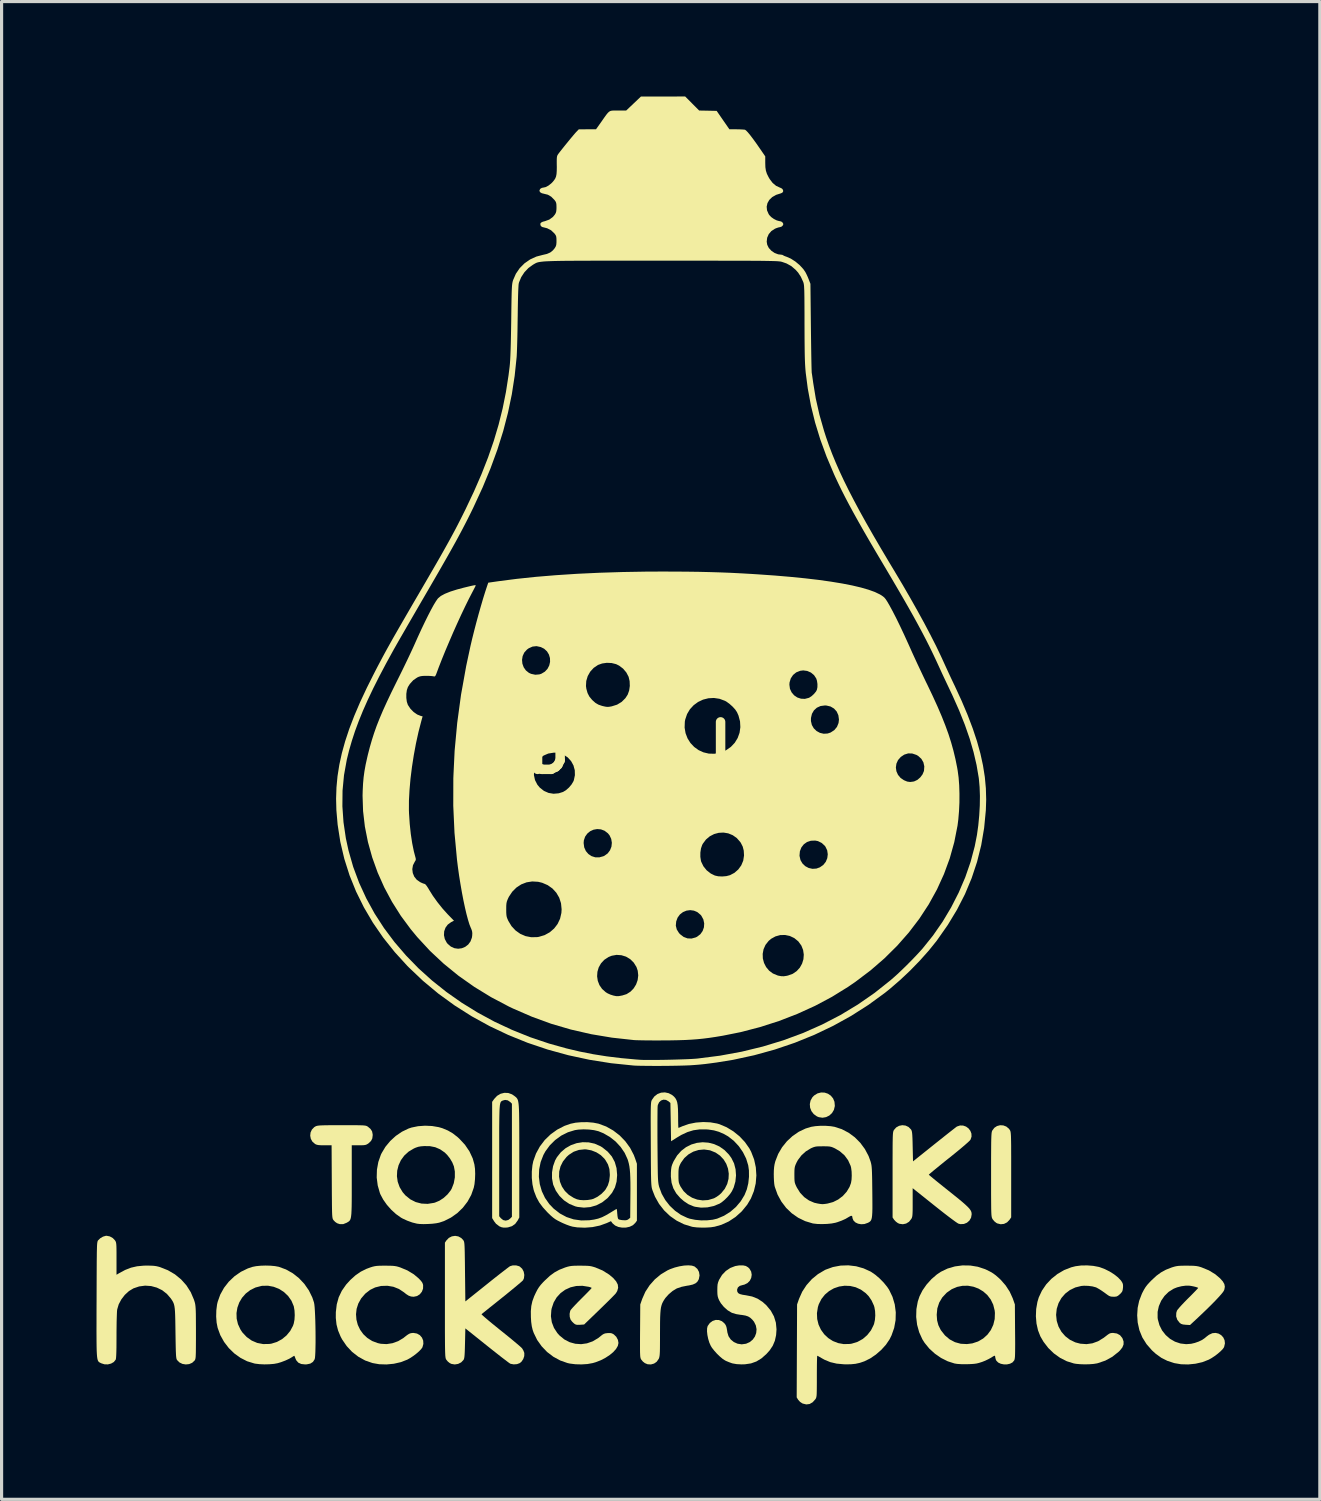
<source format=kicad_pcb>
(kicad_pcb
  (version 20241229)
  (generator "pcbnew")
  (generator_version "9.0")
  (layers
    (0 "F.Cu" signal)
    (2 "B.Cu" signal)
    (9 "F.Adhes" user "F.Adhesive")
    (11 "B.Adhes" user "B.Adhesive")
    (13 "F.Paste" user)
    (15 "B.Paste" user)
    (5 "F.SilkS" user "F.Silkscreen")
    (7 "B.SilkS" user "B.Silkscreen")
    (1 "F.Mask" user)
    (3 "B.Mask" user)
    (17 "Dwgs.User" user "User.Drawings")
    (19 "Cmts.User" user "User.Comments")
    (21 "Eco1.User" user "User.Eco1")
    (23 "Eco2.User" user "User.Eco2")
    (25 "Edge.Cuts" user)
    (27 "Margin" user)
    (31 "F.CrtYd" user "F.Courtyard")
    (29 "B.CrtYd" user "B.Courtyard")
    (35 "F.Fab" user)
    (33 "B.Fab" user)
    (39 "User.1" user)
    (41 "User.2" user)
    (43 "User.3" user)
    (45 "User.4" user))
  (footprint "labaki_logo"
    (layer "F.Cu")
    (at 17.835 20.591)
    (property "Reference" "labaki_logo" (at 0 0 0) (layer "F.SilkS") (effects (font (size 1.5 1.5) (thickness 0.3))))
    (attr board_only exclude_from_pos_files exclude_from_bom)
    (fp_poly (pts (xy 5.182 10.897) (xy 5.287 10.932) (xy 5.378 10.994) (xy 5.449 11.08) (xy 5.493 11.187) (xy 5.504 11.311) (xy 5.504 11.323) (xy 5.475 11.443) (xy 5.415 11.544) (xy 5.33 11.622) (xy 5.228 11.672) (xy 5.116 11.691) (xy 5 11.674) (xy 4.94 11.65) (xy 4.838 11.577) (xy 4.765 11.482) (xy 4.723 11.374) (xy 4.714 11.26) (xy 4.737 11.148) (xy 4.795 11.045) (xy 4.85 10.988) (xy 4.957 10.922) (xy 5.07 10.893)) (stroke (width 0) (type solid)) (fill yes) (layer "F.SilkS"))
    (fp_poly (pts (xy 10.83 11.934) (xy 10.925 11.97) (xy 11.007 12.038) (xy 11.037 12.08) (xy 11.046 12.095) (xy 11.053 12.113) (xy 11.059 12.136) (xy 11.064 12.168) (xy 11.068 12.212) (xy 11.072 12.272) (xy 11.074 12.35) (xy 11.076 12.45) (xy 11.078 12.574) (xy 11.078 12.727) (xy 11.079 12.912) (xy 11.079 13.131) (xy 11.079 13.388) (xy 11.079 13.495) (xy 11.079 14.84) (xy 11.028 14.916) (xy 10.949 14.999) (xy 10.852 15.047) (xy 10.747 15.058) (xy 10.64 15.032) (xy 10.61 15.016) (xy 10.548 14.967) (xy 10.495 14.903) (xy 10.489 14.892) (xy 10.479 14.875) (xy 10.472 14.857) (xy 10.465 14.834) (xy 10.46 14.803) (xy 10.455 14.762) (xy 10.452 14.705) (xy 10.449 14.631) (xy 10.447 14.536) (xy 10.446 14.417) (xy 10.445 14.27) (xy 10.444 14.093) (xy 10.444 13.881) (xy 10.444 13.631) (xy 10.444 13.492) (xy 10.444 13.221) (xy 10.444 12.989) (xy 10.445 12.793) (xy 10.446 12.629) (xy 10.447 12.495) (xy 10.449 12.387) (xy 10.452 12.302) (xy 10.455 12.237) (xy 10.459 12.187) (xy 10.464 12.151) (xy 10.47 12.125) (xy 10.477 12.105) (xy 10.481 12.097) (xy 10.546 12.01) (xy 10.631 11.954) (xy 10.729 11.928)) (stroke (width 0) (type solid)) (fill yes) (layer "F.SilkS"))
    (fp_poly (pts (xy 0.985 16.366) (xy 1.069 16.393) (xy 1.075 16.397) (xy 1.16 16.471) (xy 1.211 16.567) (xy 1.228 16.676) (xy 1.206 16.79) (xy 1.199 16.807) (xy 1.159 16.875) (xy 1.1 16.926) (xy 1.015 16.964) (xy 0.896 16.992) (xy 0.834 17.001) (xy 0.66 17.036) (xy 0.515 17.085) (xy 0.502 17.091) (xy 0.377 17.167) (xy 0.255 17.27) (xy 0.149 17.388) (xy 0.099 17.463) (xy 0.068 17.518) (xy 0.043 17.571) (xy 0.024 17.629) (xy 0.008 17.696) (xy -0.003 17.777) (xy -0.011 17.876) (xy -0.017 17.999) (xy -0.02 18.151) (xy -0.021 18.336) (xy -0.022 18.514) (xy -0.022 18.708) (xy -0.023 18.865) (xy -0.024 18.989) (xy -0.026 19.084) (xy -0.03 19.157) (xy -0.035 19.211) (xy -0.042 19.251) (xy -0.05 19.283) (xy -0.061 19.31) (xy -0.063 19.314) (xy -0.124 19.402) (xy -0.209 19.462) (xy -0.309 19.49) (xy -0.414 19.484) (xy -0.503 19.447) (xy -0.563 19.399) (xy -0.613 19.339) (xy -0.615 19.336) (xy -0.626 19.317) (xy -0.635 19.296) (xy -0.641 19.269) (xy -0.647 19.23) (xy -0.65 19.177) (xy -0.653 19.104) (xy -0.654 19.008) (xy -0.654 18.884) (xy -0.654 18.729) (xy -0.653 18.537) (xy -0.652 18.43) (xy -0.646 17.594) (xy -0.584 17.417) (xy -0.485 17.193) (xy -0.35 16.986) (xy -0.185 16.8) (xy 0.005 16.642) (xy 0.215 16.516) (xy 0.295 16.479) (xy 0.443 16.426) (xy 0.593 16.388) (xy 0.74 16.364) (xy 0.873 16.357)) (stroke (width 0) (type solid)) (fill yes) (layer "F.SilkS"))
    (fp_poly (pts (xy -4.818 10.909) (xy -4.7 10.952) (xy -4.63 10.999) (xy -4.602 11.021) (xy -4.578 11.04) (xy -4.558 11.06) (xy -4.54 11.083) (xy -4.524 11.111) (xy -4.511 11.148) (xy -4.501 11.196) (xy -4.492 11.257) (xy -4.485 11.336) (xy -4.48 11.434) (xy -4.476 11.554) (xy -4.474 11.698) (xy -4.472 11.871) (xy -4.471 12.073) (xy -4.47 12.309) (xy -4.47 12.58) (xy -4.47 12.889) (xy -4.47 13.041) (xy -4.47 14.844) (xy -4.519 14.937) (xy -4.598 15.045) (xy -4.702 15.119) (xy -4.829 15.158) (xy -4.878 15.163) (xy -4.964 15.165) (xy -5.03 15.153) (xy -5.095 15.126) (xy -5.105 15.12) (xy -5.206 15.043) (xy -5.264 14.967) (xy -5.328 14.864) (xy -5.328 13.027) (xy -5.328 12.77) (xy -5.105 12.77) (xy -5.105 13.047) (xy -5.105 14.805) (xy -5.052 14.868) (xy -4.98 14.926) (xy -4.9 14.944) (xy -4.818 14.923) (xy -4.756 14.877) (xy -4.703 14.823) (xy -4.703 13.035) (xy -4.703 11.247) (xy -4.754 11.196) (xy -4.833 11.142) (xy -4.918 11.128) (xy -4.98 11.144) (xy -5.002 11.152) (xy -5.021 11.161) (xy -5.037 11.172) (xy -5.052 11.188) (xy -5.064 11.213) (xy -5.074 11.248) (xy -5.083 11.296) (xy -5.089 11.36) (xy -5.095 11.443) (xy -5.098 11.547) (xy -5.101 11.675) (xy -5.103 11.83) (xy -5.105 12.014) (xy -5.105 12.23) (xy -5.105 12.481) (xy -5.105 12.77) (xy -5.328 12.77) (xy -5.328 11.189) (xy -5.264 11.098) (xy -5.172 10.999) (xy -5.062 10.934) (xy -4.942 10.904)) (stroke (width 0) (type solid)) (fill yes) (layer "F.SilkS"))
    (fp_poly (pts (xy -2.276 12.47) (xy -2.087 12.511) (xy -1.907 12.59) (xy -1.844 12.629) (xy -1.676 12.763) (xy -1.545 12.916) (xy -1.452 13.09) (xy -1.396 13.284) (xy -1.377 13.499) (xy -1.377 13.506) (xy -1.394 13.711) (xy -1.447 13.896) (xy -1.538 14.064) (xy -1.668 14.219) (xy -1.69 14.24) (xy -1.853 14.368) (xy -2.035 14.461) (xy -2.228 14.516) (xy -2.428 14.533) (xy -2.629 14.51) (xy -2.701 14.492) (xy -2.888 14.415) (xy -3.056 14.303) (xy -3.2 14.162) (xy -3.315 13.997) (xy -3.396 13.813) (xy -3.402 13.791) (xy -3.436 13.608) (xy -3.436 13.554) (xy -3.213 13.554) (xy -3.184 13.714) (xy -3.122 13.867) (xy -3.029 14.006) (xy -2.904 14.127) (xy -2.751 14.224) (xy -2.649 14.269) (xy -2.553 14.291) (xy -2.434 14.298) (xy -2.307 14.292) (xy -2.19 14.273) (xy -2.13 14.256) (xy -1.998 14.19) (xy -1.872 14.098) (xy -1.768 13.991) (xy -1.741 13.956) (xy -1.67 13.829) (xy -1.627 13.69) (xy -1.609 13.529) (xy -1.608 13.482) (xy -1.621 13.315) (xy -1.667 13.167) (xy -1.749 13.026) (xy -1.779 12.986) (xy -1.893 12.874) (xy -2.034 12.784) (xy -2.192 12.722) (xy -2.355 12.692) (xy -2.404 12.69) (xy -2.586 12.709) (xy -2.751 12.766) (xy -2.9 12.862) (xy -2.975 12.93) (xy -3.09 13.074) (xy -3.167 13.229) (xy -3.208 13.391) (xy -3.213 13.554) (xy -3.436 13.554) (xy -3.435 13.415) (xy -3.402 13.223) (xy -3.338 13.043) (xy -3.281 12.94) (xy -3.157 12.783) (xy -3.007 12.655) (xy -2.839 12.559) (xy -2.657 12.495) (xy -2.468 12.465)) (stroke (width 0) (type solid)) (fill yes) (layer "F.SilkS"))
    (fp_poly (pts (xy -9.883 11.927) (xy -9.722 11.927) (xy -9.595 11.928) (xy -9.497 11.93) (xy -9.423 11.932) (xy -9.368 11.937) (xy -9.33 11.942) (xy -9.302 11.95) (xy -9.281 11.959) (xy -9.262 11.971) (xy -9.257 11.974) (xy -9.173 12.045) (xy -9.124 12.121) (xy -9.105 12.213) (xy -9.104 12.245) (xy -9.116 12.344) (xy -9.156 12.424) (xy -9.229 12.495) (xy -9.257 12.515) (xy -9.295 12.537) (xy -9.335 12.551) (xy -9.39 12.559) (xy -9.469 12.562) (xy -9.547 12.562) (xy -9.766 12.562) (xy -9.766 13.687) (xy -9.766 13.946) (xy -9.766 14.166) (xy -9.767 14.35) (xy -9.769 14.502) (xy -9.773 14.626) (xy -9.778 14.725) (xy -9.786 14.801) (xy -9.796 14.86) (xy -9.809 14.903) (xy -9.826 14.935) (xy -9.847 14.96) (xy -9.873 14.979) (xy -9.903 14.997) (xy -9.924 15.01) (xy -10.034 15.054) (xy -10.143 15.055) (xy -10.227 15.027) (xy -10.289 14.985) (xy -10.342 14.93) (xy -10.344 14.927) (xy -10.354 14.912) (xy -10.363 14.896) (xy -10.37 14.875) (xy -10.376 14.846) (xy -10.381 14.806) (xy -10.385 14.751) (xy -10.388 14.676) (xy -10.39 14.58) (xy -10.392 14.458) (xy -10.393 14.307) (xy -10.395 14.123) (xy -10.396 13.902) (xy -10.397 13.712) (xy -10.403 12.562) (xy -10.63 12.562) (xy -10.738 12.561) (xy -10.814 12.556) (xy -10.867 12.546) (xy -10.908 12.53) (xy -10.926 12.52) (xy -11.009 12.448) (xy -11.06 12.358) (xy -11.079 12.258) (xy -11.068 12.158) (xy -11.026 12.066) (xy -10.953 11.99) (xy -10.91 11.964) (xy -10.886 11.954) (xy -10.857 11.946) (xy -10.818 11.94) (xy -10.763 11.935) (xy -10.69 11.932) (xy -10.592 11.929) (xy -10.466 11.928) (xy -10.308 11.927) (xy -10.112 11.927) (xy -10.082 11.927)) (stroke (width 0) (type solid)) (fill yes) (layer "F.SilkS"))
    (fp_poly (pts (xy 1.507 12.479) (xy 1.687 12.524) (xy 1.858 12.601) (xy 2.016 12.712) (xy 2.157 12.857) (xy 2.236 12.967) (xy 2.319 13.135) (xy 2.367 13.321) (xy 2.381 13.515) (xy 2.361 13.711) (xy 2.307 13.898) (xy 2.252 14.014) (xy 2.193 14.102) (xy 2.112 14.197) (xy 2.02 14.288) (xy 1.929 14.363) (xy 1.861 14.407) (xy 1.672 14.483) (xy 1.474 14.525) (xy 1.276 14.533) (xy 1.087 14.506) (xy 1.038 14.492) (xy 0.882 14.427) (xy 0.735 14.33) (xy 0.618 14.228) (xy 0.491 14.082) (xy 0.4 13.923) (xy 0.344 13.748) (xy 0.321 13.552) (xy 0.322 13.505) (xy 0.561 13.505) (xy 0.562 13.611) (xy 0.566 13.686) (xy 0.575 13.743) (xy 0.592 13.793) (xy 0.618 13.849) (xy 0.623 13.86) (xy 0.721 14.008) (xy 0.846 14.129) (xy 0.993 14.22) (xy 1.155 14.279) (xy 1.326 14.304) (xy 1.499 14.293) (xy 1.669 14.243) (xy 1.698 14.231) (xy 1.776 14.186) (xy 1.86 14.124) (xy 1.913 14.076) (xy 2.026 13.937) (xy 2.103 13.784) (xy 2.144 13.623) (xy 2.152 13.46) (xy 2.128 13.3) (xy 2.073 13.148) (xy 1.988 13.009) (xy 1.875 12.889) (xy 1.736 12.793) (xy 1.572 12.726) (xy 1.547 12.719) (xy 1.371 12.695) (xy 1.197 12.711) (xy 1.031 12.763) (xy 0.879 12.849) (xy 0.748 12.965) (xy 0.643 13.11) (xy 0.619 13.155) (xy 0.593 13.212) (xy 0.576 13.263) (xy 0.567 13.321) (xy 0.562 13.397) (xy 0.561 13.504) (xy 0.561 13.505) (xy 0.322 13.505) (xy 0.322 13.43) (xy 0.329 13.326) (xy 0.34 13.248) (xy 0.36 13.179) (xy 0.393 13.102) (xy 0.411 13.063) (xy 0.518 12.885) (xy 0.649 12.738) (xy 0.8 12.622) (xy 0.966 12.538) (xy 1.142 12.486) (xy 1.324 12.466)) (stroke (width 0) (type solid)) (fill yes) (layer "F.SilkS"))
    (fp_poly (pts (xy -7.227 11.953) (xy -7.016 11.989) (xy -6.902 12.022) (xy -6.727 12.095) (xy -6.571 12.186) (xy -6.418 12.306) (xy -6.37 12.35) (xy -6.187 12.546) (xy -6.045 12.756) (xy -5.942 12.978) (xy -5.889 13.168) (xy -5.87 13.305) (xy -5.864 13.465) (xy -5.87 13.633) (xy -5.886 13.791) (xy -5.909 13.903) (xy -5.989 14.131) (xy -6.106 14.344) (xy -6.255 14.537) (xy -6.431 14.707) (xy -6.631 14.848) (xy -6.848 14.957) (xy -7.001 15.008) (xy -7.096 15.027) (xy -7.219 15.042) (xy -7.356 15.05) (xy -7.493 15.054) (xy -7.615 15.05) (xy -7.703 15.04) (xy -7.852 15.003) (xy -8.012 14.945) (xy -8.161 14.876) (xy -8.211 14.848) (xy -8.367 14.737) (xy -8.518 14.599) (xy -8.656 14.443) (xy -8.772 14.278) (xy -8.859 14.115) (xy -8.876 14.073) (xy -8.945 13.832) (xy -8.977 13.583) (xy -8.976 13.54) (xy -8.338 13.54) (xy -8.313 13.716) (xy -8.252 13.886) (xy -8.156 14.045) (xy -8.067 14.148) (xy -7.914 14.271) (xy -7.744 14.357) (xy -7.56 14.405) (xy -7.366 14.414) (xy -7.166 14.382) (xy -7.134 14.373) (xy -6.996 14.315) (xy -6.859 14.225) (xy -6.736 14.112) (xy -6.637 13.986) (xy -6.606 13.931) (xy -6.541 13.762) (xy -6.507 13.578) (xy -6.507 13.391) (xy -6.537 13.228) (xy -6.586 13.107) (xy -6.66 12.981) (xy -6.749 12.867) (xy -6.827 12.79) (xy -6.974 12.689) (xy -7.127 12.623) (xy -7.294 12.59) (xy -7.473 12.587) (xy -7.58 12.595) (xy -7.664 12.61) (xy -7.743 12.637) (xy -7.802 12.663) (xy -7.968 12.762) (xy -8.105 12.887) (xy -8.212 13.033) (xy -8.286 13.193) (xy -8.329 13.364) (xy -8.338 13.54) (xy -8.976 13.54) (xy -8.97 13.333) (xy -8.926 13.09) (xy -8.845 12.859) (xy -8.822 12.812) (xy -8.702 12.611) (xy -8.55 12.427) (xy -8.374 12.266) (xy -8.179 12.133) (xy -7.974 12.034) (xy -7.876 12.001) (xy -7.67 11.959) (xy -7.449 11.943)) (stroke (width 0) (type solid)) (fill yes) (layer "F.SilkS"))
    (fp_poly (pts (xy -8.58 16.369) (xy -8.484 16.372) (xy -8.409 16.379) (xy -8.345 16.39) (xy -8.28 16.408) (xy -8.237 16.422) (xy -8.008 16.517) (xy -7.805 16.64) (xy -7.655 16.766) (xy -7.586 16.838) (xy -7.543 16.893) (xy -7.52 16.943) (xy -7.51 16.983) (xy -7.512 17.093) (xy -7.549 17.191) (xy -7.614 17.272) (xy -7.702 17.328) (xy -7.807 17.35) (xy -7.815 17.35) (xy -7.893 17.342) (xy -7.967 17.316) (xy -8.047 17.265) (xy -8.115 17.21) (xy -8.273 17.105) (xy -8.449 17.035) (xy -8.638 17.003) (xy -8.832 17.009) (xy -8.851 17.012) (xy -9.028 17.056) (xy -9.184 17.132) (xy -9.329 17.244) (xy -9.343 17.257) (xy -9.469 17.404) (xy -9.558 17.563) (xy -9.612 17.731) (xy -9.631 17.903) (xy -9.618 18.074) (xy -9.575 18.239) (xy -9.501 18.394) (xy -9.4 18.534) (xy -9.272 18.654) (xy -9.119 18.75) (xy -8.942 18.816) (xy -8.846 18.837) (xy -8.663 18.847) (xy -8.477 18.818) (xy -8.298 18.753) (xy -8.134 18.655) (xy -8.096 18.624) (xy -8.015 18.561) (xy -7.952 18.521) (xy -7.896 18.501) (xy -7.833 18.494) (xy -7.813 18.494) (xy -7.704 18.513) (xy -7.614 18.564) (xy -7.547 18.641) (xy -7.508 18.735) (xy -7.502 18.84) (xy -7.532 18.949) (xy -7.534 18.952) (xy -7.573 19.007) (xy -7.64 19.076) (xy -7.727 19.151) (xy -7.825 19.225) (xy -7.926 19.291) (xy -8.012 19.339) (xy -8.213 19.417) (xy -8.436 19.468) (xy -8.668 19.49) (xy -8.898 19.483) (xy -9.109 19.446) (xy -9.342 19.365) (xy -9.558 19.246) (xy -9.755 19.093) (xy -9.926 18.91) (xy -10.07 18.7) (xy -10.118 18.61) (xy -10.198 18.418) (xy -10.248 18.226) (xy -10.27 18.02) (xy -10.269 17.837) (xy -10.24 17.591) (xy -10.178 17.367) (xy -10.08 17.161) (xy -9.944 16.966) (xy -9.81 16.819) (xy -9.647 16.672) (xy -9.484 16.559) (xy -9.306 16.47) (xy -9.176 16.422) (xy -9.106 16.4) (xy -9.042 16.385) (xy -8.975 16.375) (xy -8.893 16.37) (xy -8.785 16.368) (xy -8.707 16.368)) (stroke (width 0) (type solid)) (fill yes) (layer "F.SilkS"))
    (fp_poly (pts (xy 13.674 16.374) (xy 13.848 16.407) (xy 13.886 16.418) (xy 14.041 16.477) (xy 14.193 16.553) (xy 14.335 16.643) (xy 14.456 16.739) (xy 14.547 16.835) (xy 14.567 16.863) (xy 14.6 16.92) (xy 14.614 16.972) (xy 14.615 17.04) (xy 14.613 17.067) (xy 14.603 17.141) (xy 14.584 17.192) (xy 14.545 17.24) (xy 14.515 17.269) (xy 14.46 17.316) (xy 14.413 17.341) (xy 14.356 17.349) (xy 14.314 17.35) (xy 14.235 17.345) (xy 14.176 17.325) (xy 14.117 17.286) (xy 14.025 17.218) (xy 13.931 17.153) (xy 13.846 17.1) (xy 13.78 17.063) (xy 13.759 17.053) (xy 13.648 17.023) (xy 13.516 17.006) (xy 13.381 17.002) (xy 13.295 17.009) (xy 13.106 17.056) (xy 12.936 17.138) (xy 12.788 17.251) (xy 12.667 17.39) (xy 12.576 17.552) (xy 12.519 17.731) (xy 12.499 17.922) (xy 12.519 18.115) (xy 12.576 18.295) (xy 12.667 18.457) (xy 12.789 18.597) (xy 12.936 18.71) (xy 13.106 18.792) (xy 13.266 18.834) (xy 13.46 18.848) (xy 13.646 18.822) (xy 13.825 18.757) (xy 14.002 18.649) (xy 14.062 18.603) (xy 14.133 18.548) (xy 14.184 18.515) (xy 14.229 18.499) (xy 14.281 18.494) (xy 14.304 18.494) (xy 14.422 18.512) (xy 14.519 18.565) (xy 14.59 18.652) (xy 14.597 18.665) (xy 14.632 18.764) (xy 14.631 18.859) (xy 14.593 18.953) (xy 14.515 19.051) (xy 14.474 19.091) (xy 14.276 19.248) (xy 14.056 19.368) (xy 13.816 19.45) (xy 13.787 19.457) (xy 13.681 19.474) (xy 13.548 19.484) (xy 13.402 19.487) (xy 13.257 19.482) (xy 13.128 19.47) (xy 13.059 19.458) (xy 12.838 19.389) (xy 12.626 19.282) (xy 12.429 19.141) (xy 12.252 18.97) (xy 12.101 18.773) (xy 12.002 18.603) (xy 11.927 18.411) (xy 11.879 18.196) (xy 11.86 17.969) (xy 11.869 17.738) (xy 11.908 17.515) (xy 11.951 17.371) (xy 12.051 17.157) (xy 12.186 16.959) (xy 12.352 16.782) (xy 12.542 16.63) (xy 12.753 16.507) (xy 12.979 16.419) (xy 13.113 16.385) (xy 13.289 16.362) (xy 13.482 16.359)) (stroke (width 0) (type solid)) (fill yes) (layer "F.SilkS"))
    (fp_poly (pts (xy 2.691 16.377) (xy 2.763 16.42) (xy 2.807 16.464) (xy 2.86 16.556) (xy 2.877 16.656) (xy 2.861 16.755) (xy 2.816 16.845) (xy 2.743 16.918) (xy 2.647 16.966) (xy 2.596 16.978) (xy 2.5 17.006) (xy 2.44 17.056) (xy 2.415 17.126) (xy 2.415 17.138) (xy 2.423 17.194) (xy 2.45 17.235) (xy 2.503 17.265) (xy 2.587 17.287) (xy 2.692 17.303) (xy 2.889 17.342) (xy 3.061 17.41) (xy 3.219 17.512) (xy 3.34 17.62) (xy 3.479 17.788) (xy 3.58 17.971) (xy 3.641 18.169) (xy 3.661 18.38) (xy 3.648 18.563) (xy 3.609 18.741) (xy 3.542 18.899) (xy 3.444 19.046) (xy 3.338 19.164) (xy 3.184 19.299) (xy 3.025 19.396) (xy 2.855 19.457) (xy 2.665 19.485) (xy 2.554 19.488) (xy 2.402 19.48) (xy 2.275 19.458) (xy 2.246 19.45) (xy 2.159 19.418) (xy 2.07 19.381) (xy 2.034 19.363) (xy 1.959 19.314) (xy 1.87 19.239) (xy 1.777 19.149) (xy 1.691 19.053) (xy 1.619 18.961) (xy 1.583 18.902) (xy 1.537 18.799) (xy 1.501 18.68) (xy 1.476 18.558) (xy 1.464 18.443) (xy 1.467 18.345) (xy 1.485 18.275) (xy 1.554 18.179) (xy 1.641 18.115) (xy 1.739 18.083) (xy 1.84 18.086) (xy 1.935 18.123) (xy 2.009 18.185) (xy 2.043 18.228) (xy 2.066 18.271) (xy 2.083 18.326) (xy 2.097 18.403) (xy 2.108 18.478) (xy 2.144 18.598) (xy 2.214 18.701) (xy 2.311 18.781) (xy 2.428 18.834) (xy 2.559 18.854) (xy 2.562 18.854) (xy 2.699 18.835) (xy 2.815 18.783) (xy 2.909 18.706) (xy 2.978 18.608) (xy 3.019 18.497) (xy 3.03 18.377) (xy 3.007 18.256) (xy 2.95 18.14) (xy 2.896 18.074) (xy 2.83 18.013) (xy 2.762 17.972) (xy 2.68 17.945) (xy 2.571 17.926) (xy 2.529 17.922) (xy 2.387 17.899) (xy 2.265 17.863) (xy 2.235 17.85) (xy 2.115 17.777) (xy 2 17.675) (xy 1.902 17.556) (xy 1.847 17.461) (xy 1.819 17.395) (xy 1.802 17.335) (xy 1.793 17.266) (xy 1.79 17.173) (xy 1.79 17.138) (xy 1.792 17.036) (xy 1.798 16.961) (xy 1.813 16.899) (xy 1.837 16.835) (xy 1.85 16.807) (xy 1.94 16.659) (xy 2.059 16.535) (xy 2.2 16.44) (xy 2.356 16.38) (xy 2.479 16.359) (xy 2.6 16.358)) (stroke (width 0) (type solid)) (fill yes) (layer "F.SilkS"))
    (fp_poly (pts (xy 6.177 16.386) (xy 6.414 16.453) (xy 6.637 16.555) (xy 6.658 16.568) (xy 6.788 16.658) (xy 6.923 16.774) (xy 7.051 16.905) (xy 7.16 17.039) (xy 7.219 17.128) (xy 7.328 17.354) (xy 7.399 17.594) (xy 7.431 17.841) (xy 7.425 18.09) (xy 7.38 18.335) (xy 7.297 18.571) (xy 7.235 18.696) (xy 7.12 18.866) (xy 6.973 19.029) (xy 6.803 19.177) (xy 6.622 19.3) (xy 6.44 19.39) (xy 6.297 19.439) (xy 6.157 19.47) (xy 6.006 19.485) (xy 5.831 19.486) (xy 5.791 19.485) (xy 5.563 19.464) (xy 5.361 19.417) (xy 5.176 19.34) (xy 5.081 19.287) (xy 5.018 19.25) (xy 4.971 19.224) (xy 4.949 19.214) (xy 4.946 19.235) (xy 4.943 19.292) (xy 4.94 19.382) (xy 4.938 19.499) (xy 4.937 19.637) (xy 4.936 19.793) (xy 4.936 19.868) (xy 4.936 20.051) (xy 4.935 20.198) (xy 4.934 20.311) (xy 4.932 20.397) (xy 4.929 20.46) (xy 4.923 20.505) (xy 4.916 20.537) (xy 4.907 20.561) (xy 4.895 20.582) (xy 4.888 20.591) (xy 4.804 20.685) (xy 4.708 20.74) (xy 4.603 20.754) (xy 4.492 20.727) (xy 4.478 20.721) (xy 4.406 20.674) (xy 4.349 20.611) (xy 4.345 20.606) (xy 4.299 20.531) (xy 4.305 19.062) (xy 4.31 17.87) (xy 4.939 17.87) (xy 4.947 18.056) (xy 4.99 18.231) (xy 5.065 18.392) (xy 5.167 18.534) (xy 5.294 18.655) (xy 5.443 18.75) (xy 5.609 18.815) (xy 5.788 18.847) (xy 5.979 18.842) (xy 6.038 18.833) (xy 6.22 18.777) (xy 6.385 18.686) (xy 6.529 18.562) (xy 6.647 18.412) (xy 6.733 18.239) (xy 6.746 18.202) (xy 6.772 18.082) (xy 6.783 17.944) (xy 6.777 17.803) (xy 6.755 17.678) (xy 6.74 17.629) (xy 6.665 17.466) (xy 6.575 17.333) (xy 6.482 17.237) (xy 6.328 17.125) (xy 6.162 17.049) (xy 5.989 17.009) (xy 5.814 17.002) (xy 5.641 17.027) (xy 5.476 17.083) (xy 5.325 17.169) (xy 5.191 17.282) (xy 5.081 17.421) (xy 4.998 17.585) (xy 4.969 17.677) (xy 4.939 17.87) (xy 4.31 17.87) (xy 4.311 17.594) (xy 4.373 17.416) (xy 4.474 17.189) (xy 4.611 16.98) (xy 4.779 16.792) (xy 4.973 16.633) (xy 5.189 16.506) (xy 5.213 16.494) (xy 5.443 16.411) (xy 5.685 16.365) (xy 5.931 16.357)) (stroke (width 0) (type solid)) (fill yes) (layer "F.SilkS"))
    (fp_poly (pts (xy 9.785 16.363) (xy 10.024 16.402) (xy 10.252 16.477) (xy 10.306 16.502) (xy 10.418 16.558) (xy 10.509 16.612) (xy 10.593 16.674) (xy 10.682 16.752) (xy 10.749 16.815) (xy 10.903 16.991) (xy 11.032 17.189) (xy 11.128 17.399) (xy 11.134 17.416) (xy 11.196 17.594) (xy 11.202 18.445) (xy 11.204 18.661) (xy 11.205 18.838) (xy 11.204 18.981) (xy 11.203 19.094) (xy 11.201 19.182) (xy 11.198 19.247) (xy 11.193 19.294) (xy 11.187 19.328) (xy 11.179 19.352) (xy 11.174 19.363) (xy 11.121 19.426) (xy 11.042 19.467) (xy 10.947 19.488) (xy 10.847 19.488) (xy 10.751 19.469) (xy 10.669 19.43) (xy 10.611 19.372) (xy 10.594 19.339) (xy 10.578 19.28) (xy 10.571 19.233) (xy 10.571 19.233) (xy 10.566 19.216) (xy 10.546 19.216) (xy 10.505 19.237) (xy 10.446 19.275) (xy 10.363 19.321) (xy 10.261 19.37) (xy 10.158 19.411) (xy 10.144 19.415) (xy 10.06 19.442) (xy 9.985 19.46) (xy 9.905 19.471) (xy 9.807 19.478) (xy 9.692 19.482) (xy 9.515 19.482) (xy 9.373 19.473) (xy 9.287 19.459) (xy 9.073 19.39) (xy 8.863 19.285) (xy 8.667 19.149) (xy 8.49 18.988) (xy 8.343 18.808) (xy 8.272 18.696) (xy 8.171 18.473) (xy 8.105 18.235) (xy 8.076 17.988) (xy 8.078 17.919) (xy 8.725 17.919) (xy 8.737 18.095) (xy 8.777 18.248) (xy 8.847 18.391) (xy 8.861 18.413) (xy 8.987 18.573) (xy 9.135 18.698) (xy 9.302 18.786) (xy 9.484 18.836) (xy 9.679 18.846) (xy 9.851 18.824) (xy 10.032 18.764) (xy 10.192 18.671) (xy 10.328 18.549) (xy 10.436 18.403) (xy 10.514 18.236) (xy 10.558 18.055) (xy 10.565 17.862) (xy 10.557 17.784) (xy 10.511 17.6) (xy 10.432 17.437) (xy 10.325 17.297) (xy 10.195 17.182) (xy 10.047 17.093) (xy 9.886 17.033) (xy 9.715 17.002) (xy 9.542 17.004) (xy 9.369 17.039) (xy 9.202 17.11) (xy 9.046 17.218) (xy 9.035 17.228) (xy 8.9 17.373) (xy 8.803 17.537) (xy 8.744 17.719) (xy 8.725 17.918) (xy 8.725 17.919) (xy 8.078 17.919) (xy 8.083 17.741) (xy 8.127 17.5) (xy 8.183 17.333) (xy 8.277 17.147) (xy 8.405 16.964) (xy 8.558 16.794) (xy 8.728 16.647) (xy 8.857 16.56) (xy 9.07 16.458) (xy 9.301 16.391) (xy 9.541 16.359)) (stroke (width 0) (type solid)) (fill yes) (layer "F.SilkS"))
    (fp_poly (pts (xy -12.337 16.368) (xy -12.195 16.381) (xy -12.08 16.402) (xy -12.075 16.403) (xy -11.845 16.487) (xy -11.63 16.608) (xy -11.435 16.762) (xy -11.265 16.943) (xy -11.122 17.149) (xy -11.012 17.374) (xy -10.96 17.53) (xy -10.949 17.589) (xy -10.939 17.682) (xy -10.931 17.804) (xy -10.924 17.948) (xy -10.918 18.109) (xy -10.914 18.28) (xy -10.911 18.456) (xy -10.91 18.632) (xy -10.91 18.8) (xy -10.913 18.955) (xy -10.916 19.091) (xy -10.922 19.202) (xy -10.929 19.283) (xy -10.939 19.327) (xy -10.993 19.41) (xy -11.076 19.463) (xy -11.188 19.487) (xy -11.24 19.489) (xy -11.363 19.476) (xy -11.455 19.433) (xy -11.52 19.359) (xy -11.543 19.309) (xy -11.563 19.255) (xy -11.577 19.222) (xy -11.58 19.217) (xy -11.599 19.223) (xy -11.638 19.247) (xy -11.649 19.255) (xy -11.742 19.31) (xy -11.863 19.366) (xy -11.998 19.417) (xy -12.107 19.45) (xy -12.225 19.472) (xy -12.37 19.484) (xy -12.527 19.488) (xy -12.68 19.481) (xy -12.815 19.465) (xy -12.849 19.458) (xy -13.073 19.389) (xy -13.284 19.281) (xy -13.479 19.141) (xy -13.653 18.972) (xy -13.801 18.779) (xy -13.92 18.566) (xy -14.004 18.337) (xy -14.005 18.334) (xy -14.038 18.166) (xy -14.052 17.976) (xy -14.049 17.866) (xy -13.409 17.866) (xy -13.404 18.041) (xy -13.363 18.216) (xy -13.285 18.384) (xy -13.224 18.477) (xy -13.087 18.623) (xy -12.929 18.735) (xy -12.754 18.81) (xy -12.566 18.846) (xy -12.37 18.842) (xy -12.306 18.833) (xy -12.132 18.779) (xy -11.971 18.691) (xy -11.828 18.573) (xy -11.711 18.431) (xy -11.625 18.271) (xy -11.6 18.199) (xy -11.576 18.075) (xy -11.568 17.931) (xy -11.575 17.786) (xy -11.597 17.659) (xy -11.601 17.645) (xy -11.672 17.476) (xy -11.777 17.327) (xy -11.909 17.201) (xy -12.063 17.102) (xy -12.234 17.035) (xy -12.414 17.001) (xy -12.599 17.005) (xy -12.623 17.009) (xy -12.81 17.058) (xy -12.975 17.14) (xy -13.117 17.249) (xy -13.233 17.381) (xy -13.322 17.531) (xy -13.381 17.694) (xy -13.409 17.866) (xy -14.049 17.866) (xy -14.047 17.781) (xy -14.024 17.596) (xy -14.005 17.513) (xy -13.923 17.283) (xy -13.804 17.068) (xy -13.653 16.874) (xy -13.474 16.704) (xy -13.271 16.562) (xy -13.049 16.454) (xy -12.901 16.405) (xy -12.788 16.383) (xy -12.647 16.369) (xy -12.493 16.364)) (stroke (width 0) (type solid)) (fill yes) (layer "F.SilkS"))
    (fp_poly (pts (xy 7.74 11.939) (xy 7.834 11.983) (xy 7.91 12.059) (xy 7.916 12.068) (xy 7.929 12.092) (xy 7.939 12.125) (xy 7.947 12.172) (xy 7.953 12.239) (xy 7.958 12.331) (xy 7.962 12.455) (xy 7.965 12.598) (xy 7.976 13.071) (xy 8.654 12.528) (xy 8.801 12.411) (xy 8.939 12.301) (xy 9.064 12.202) (xy 9.172 12.117) (xy 9.26 12.048) (xy 9.323 11.999) (xy 9.358 11.973) (xy 9.364 11.969) (xy 9.463 11.936) (xy 9.561 11.939) (xy 9.652 11.971) (xy 9.73 12.028) (xy 9.788 12.104) (xy 9.822 12.192) (xy 9.826 12.288) (xy 9.793 12.386) (xy 9.792 12.386) (xy 9.766 12.417) (xy 9.709 12.471) (xy 9.625 12.545) (xy 9.515 12.639) (xy 9.384 12.748) (xy 9.233 12.871) (xy 9.115 12.965) (xy 8.972 13.079) (xy 8.841 13.185) (xy 8.725 13.28) (xy 8.626 13.361) (xy 8.55 13.425) (xy 8.498 13.469) (xy 8.476 13.49) (xy 8.475 13.491) (xy 8.491 13.507) (xy 8.537 13.546) (xy 8.609 13.606) (xy 8.703 13.683) (xy 8.816 13.774) (xy 8.944 13.877) (xy 9.083 13.988) (xy 9.102 14.003) (xy 9.278 14.144) (xy 9.424 14.262) (xy 9.542 14.36) (xy 9.635 14.442) (xy 9.706 14.509) (xy 9.758 14.565) (xy 9.793 14.613) (xy 9.815 14.656) (xy 9.826 14.696) (xy 9.829 14.737) (xy 9.83 14.743) (xy 9.811 14.852) (xy 9.758 14.943) (xy 9.681 15.01) (xy 9.585 15.049) (xy 9.478 15.055) (xy 9.416 15.041) (xy 9.38 15.021) (xy 9.314 14.976) (xy 9.222 14.909) (xy 9.106 14.822) (xy 8.969 14.717) (xy 8.815 14.596) (xy 8.651 14.466) (xy 7.965 13.918) (xy 7.965 14.365) (xy 7.965 14.516) (xy 7.964 14.63) (xy 7.961 14.714) (xy 7.957 14.775) (xy 7.95 14.82) (xy 7.94 14.853) (xy 7.926 14.883) (xy 7.92 14.892) (xy 7.85 14.98) (xy 7.758 15.036) (xy 7.655 15.058) (xy 7.549 15.044) (xy 7.499 15.023) (xy 7.436 14.977) (xy 7.381 14.919) (xy 7.377 14.914) (xy 7.33 14.844) (xy 7.33 13.497) (xy 7.33 13.224) (xy 7.33 12.991) (xy 7.331 12.794) (xy 7.331 12.629) (xy 7.332 12.494) (xy 7.334 12.385) (xy 7.336 12.299) (xy 7.339 12.233) (xy 7.343 12.183) (xy 7.348 12.147) (xy 7.354 12.121) (xy 7.361 12.102) (xy 7.369 12.086) (xy 7.372 12.08) (xy 7.444 11.998) (xy 7.536 11.947) (xy 7.637 11.927)) (stroke (width 0) (type solid)) (fill yes) (layer "F.SilkS"))
    (fp_poly (pts (xy -6.396 15.443) (xy -6.304 15.494) (xy -6.244 15.557) (xy -6.232 15.574) (xy -6.223 15.592) (xy -6.215 15.615) (xy -6.209 15.648) (xy -6.204 15.694) (xy -6.2 15.757) (xy -6.197 15.841) (xy -6.194 15.95) (xy -6.192 16.089) (xy -6.189 16.26) (xy -6.187 16.468) (xy -6.186 16.561) (xy -6.175 17.498) (xy -5.497 16.956) (xy -5.349 16.837) (xy -5.209 16.726) (xy -5.081 16.626) (xy -4.969 16.539) (xy -4.877 16.468) (xy -4.809 16.417) (xy -4.769 16.388) (xy -4.762 16.384) (xy -4.674 16.358) (xy -4.573 16.358) (xy -4.479 16.384) (xy -4.453 16.397) (xy -4.378 16.466) (xy -4.33 16.558) (xy -4.311 16.661) (xy -4.323 16.765) (xy -4.35 16.826) (xy -4.371 16.848) (xy -4.422 16.894) (xy -4.499 16.959) (xy -4.598 17.042) (xy -4.715 17.138) (xy -4.846 17.245) (xy -4.987 17.359) (xy -5.01 17.377) (xy -5.152 17.491) (xy -5.284 17.597) (xy -5.403 17.691) (xy -5.503 17.772) (xy -5.583 17.836) (xy -5.637 17.88) (xy -5.662 17.901) (xy -5.664 17.902) (xy -5.652 17.918) (xy -5.61 17.958) (xy -5.542 18.017) (xy -5.451 18.094) (xy -5.341 18.186) (xy -5.215 18.288) (xy -5.077 18.4) (xy -5.058 18.415) (xy -4.915 18.53) (xy -4.78 18.639) (xy -4.659 18.739) (xy -4.554 18.827) (xy -4.469 18.899) (xy -4.41 18.952) (xy -4.38 18.983) (xy -4.38 18.983) (xy -4.34 19.05) (xy -4.313 19.121) (xy -4.311 19.133) (xy -4.313 19.225) (xy -4.345 19.32) (xy -4.401 19.403) (xy -4.453 19.447) (xy -4.542 19.48) (xy -4.645 19.488) (xy -4.743 19.47) (xy -4.759 19.463) (xy -4.787 19.445) (xy -4.845 19.402) (xy -4.928 19.339) (xy -5.033 19.259) (xy -5.155 19.163) (xy -5.291 19.056) (xy -5.437 18.94) (xy -5.496 18.893) (xy -6.175 18.35) (xy -6.186 18.82) (xy -6.19 18.977) (xy -6.194 19.097) (xy -6.199 19.187) (xy -6.205 19.251) (xy -6.213 19.296) (xy -6.223 19.328) (xy -6.235 19.349) (xy -6.308 19.425) (xy -6.404 19.473) (xy -6.51 19.49) (xy -6.614 19.473) (xy -6.668 19.447) (xy -6.728 19.399) (xy -6.778 19.339) (xy -6.779 19.336) (xy -6.787 19.323) (xy -6.793 19.308) (xy -6.799 19.288) (xy -6.803 19.26) (xy -6.808 19.222) (xy -6.811 19.171) (xy -6.814 19.103) (xy -6.816 19.018) (xy -6.818 18.911) (xy -6.819 18.779) (xy -6.82 18.621) (xy -6.821 18.434) (xy -6.821 18.214) (xy -6.821 17.958) (xy -6.821 17.665) (xy -6.821 17.454) (xy -6.821 15.64) (xy -6.774 15.57) (xy -6.696 15.489) (xy -6.601 15.441) (xy -6.498 15.425)) (stroke (width 0) (type solid)) (fill yes) (layer "F.SilkS"))
    (fp_poly (pts (xy -2.416 16.369) (xy -2.321 16.372) (xy -2.246 16.378) (xy -2.181 16.39) (xy -2.116 16.408) (xy -2.065 16.424) (xy -1.834 16.521) (xy -1.627 16.651) (xy -1.502 16.757) (xy -1.409 16.863) (xy -1.356 16.966) (xy -1.345 17.067) (xy -1.374 17.17) (xy -1.416 17.239) (xy -1.441 17.268) (xy -1.493 17.322) (xy -1.567 17.398) (xy -1.66 17.49) (xy -1.767 17.595) (xy -1.884 17.709) (xy -1.939 17.763) (xy -2.42 18.227) (xy -2.551 18.236) (xy -2.627 18.238) (xy -2.677 18.232) (xy -2.717 18.212) (xy -2.75 18.186) (xy -2.803 18.134) (xy -2.845 18.078) (xy -2.85 18.069) (xy -2.875 17.986) (xy -2.879 17.889) (xy -2.861 17.801) (xy -2.851 17.778) (xy -2.827 17.746) (xy -2.778 17.69) (xy -2.708 17.615) (xy -2.624 17.527) (xy -2.528 17.43) (xy -2.501 17.403) (xy -2.407 17.309) (xy -2.323 17.224) (xy -2.255 17.154) (xy -2.207 17.103) (xy -2.184 17.075) (xy -2.182 17.072) (xy -2.2 17.059) (xy -2.247 17.043) (xy -2.272 17.036) (xy -2.474 17.004) (xy -2.669 17.01) (xy -2.851 17.052) (xy -3.018 17.128) (xy -3.165 17.235) (xy -3.288 17.369) (xy -3.383 17.53) (xy -3.445 17.714) (xy -3.457 17.773) (xy -3.47 17.967) (xy -3.442 18.156) (xy -3.374 18.334) (xy -3.268 18.497) (xy -3.197 18.576) (xy -3.045 18.7) (xy -2.877 18.787) (xy -2.699 18.836) (xy -2.515 18.849) (xy -2.331 18.823) (xy -2.151 18.76) (xy -1.98 18.659) (xy -1.914 18.607) (xy -1.847 18.553) (xy -1.795 18.522) (xy -1.742 18.506) (xy -1.677 18.499) (xy -1.598 18.497) (xy -1.542 18.508) (xy -1.489 18.536) (xy -1.483 18.54) (xy -1.404 18.616) (xy -1.352 18.714) (xy -1.335 18.812) (xy -1.355 18.903) (xy -1.411 19) (xy -1.498 19.097) (xy -1.612 19.192) (xy -1.746 19.28) (xy -1.896 19.358) (xy -2.057 19.42) (xy -2.15 19.447) (xy -2.316 19.477) (xy -2.503 19.489) (xy -2.694 19.484) (xy -2.871 19.462) (xy -2.945 19.446) (xy -3.177 19.364) (xy -3.394 19.246) (xy -3.591 19.096) (xy -3.762 18.917) (xy -3.905 18.716) (xy -4.013 18.495) (xy -4.047 18.399) (xy -4.075 18.283) (xy -4.094 18.145) (xy -4.103 17.996) (xy -4.105 17.805) (xy -4.09 17.641) (xy -4.056 17.489) (xy -4 17.336) (xy -3.948 17.224) (xy -3.898 17.127) (xy -3.848 17.047) (xy -3.79 16.972) (xy -3.714 16.888) (xy -3.656 16.83) (xy -3.506 16.69) (xy -3.359 16.582) (xy -3.204 16.497) (xy -3.027 16.427) (xy -3.012 16.422) (xy -2.941 16.4) (xy -2.878 16.385) (xy -2.81 16.375) (xy -2.728 16.37) (xy -2.621 16.368) (xy -2.542 16.368)) (stroke (width 0) (type solid)) (fill yes) (layer "F.SilkS"))
    (fp_poly (pts (xy 16.757 16.369) (xy 16.852 16.372) (xy 16.927 16.379) (xy 16.992 16.39) (xy 17.057 16.408) (xy 17.099 16.422) (xy 17.328 16.516) (xy 17.529 16.638) (xy 17.681 16.767) (xy 17.767 16.863) (xy 17.817 16.949) (xy 17.833 17.031) (xy 17.819 17.117) (xy 17.806 17.151) (xy 17.777 17.199) (xy 17.718 17.272) (xy 17.634 17.366) (xy 17.527 17.48) (xy 17.4 17.609) (xy 17.255 17.752) (xy 17.096 17.904) (xy 16.983 18.011) (xy 16.732 18.244) (xy 16.597 18.236) (xy 16.512 18.227) (xy 16.454 18.209) (xy 16.41 18.179) (xy 16.406 18.175) (xy 16.33 18.079) (xy 16.294 17.972) (xy 16.298 17.858) (xy 16.32 17.789) (xy 16.344 17.754) (xy 16.393 17.695) (xy 16.463 17.617) (xy 16.548 17.527) (xy 16.643 17.43) (xy 16.67 17.403) (xy 16.765 17.309) (xy 16.848 17.224) (xy 16.916 17.154) (xy 16.964 17.103) (xy 16.988 17.075) (xy 16.99 17.072) (xy 16.971 17.059) (xy 16.92 17.042) (xy 16.848 17.024) (xy 16.766 17.008) (xy 16.719 17.001) (xy 16.601 16.999) (xy 16.464 17.017) (xy 16.326 17.052) (xy 16.215 17.096) (xy 16.057 17.195) (xy 15.925 17.324) (xy 15.82 17.477) (xy 15.747 17.647) (xy 15.708 17.827) (xy 15.708 18.013) (xy 15.714 18.061) (xy 15.765 18.248) (xy 15.849 18.415) (xy 15.963 18.56) (xy 16.1 18.68) (xy 16.257 18.77) (xy 16.43 18.828) (xy 16.612 18.849) (xy 16.768 18.837) (xy 16.886 18.809) (xy 17.006 18.767) (xy 17.113 18.716) (xy 17.193 18.661) (xy 17.202 18.654) (xy 17.254 18.61) (xy 17.318 18.562) (xy 17.337 18.549) (xy 17.439 18.502) (xy 17.54 18.493) (xy 17.635 18.515) (xy 17.718 18.564) (xy 17.783 18.635) (xy 17.824 18.723) (xy 17.836 18.823) (xy 17.812 18.93) (xy 17.803 18.952) (xy 17.764 19.007) (xy 17.696 19.076) (xy 17.609 19.151) (xy 17.511 19.225) (xy 17.411 19.291) (xy 17.324 19.339) (xy 17.125 19.417) (xy 16.905 19.467) (xy 16.675 19.49) (xy 16.448 19.484) (xy 16.236 19.448) (xy 16.232 19.447) (xy 16.016 19.376) (xy 15.825 19.28) (xy 15.648 19.152) (xy 15.53 19.045) (xy 15.358 18.848) (xy 15.225 18.636) (xy 15.132 18.408) (xy 15.078 18.164) (xy 15.062 17.937) (xy 15.077 17.701) (xy 15.124 17.481) (xy 15.207 17.264) (xy 15.226 17.223) (xy 15.277 17.126) (xy 15.326 17.046) (xy 15.383 16.971) (xy 15.458 16.889) (xy 15.517 16.829) (xy 15.667 16.689) (xy 15.814 16.581) (xy 15.97 16.496) (xy 16.148 16.426) (xy 16.16 16.422) (xy 16.231 16.4) (xy 16.294 16.385) (xy 16.362 16.375) (xy 16.444 16.37) (xy 16.551 16.368) (xy 16.63 16.368)) (stroke (width 0) (type solid)) (fill yes) (layer "F.SilkS"))
    (fp_poly (pts (xy -2.129 11.847) (xy -1.967 11.879) (xy -1.959 11.881) (xy -1.723 11.969) (xy -1.501 12.094) (xy -1.298 12.25) (xy -1.119 12.435) (xy -0.968 12.642) (xy -0.851 12.867) (xy -0.81 12.975) (xy -0.752 13.145) (xy -0.752 14.045) (xy -0.752 14.946) (xy -0.803 15.016) (xy -0.878 15.088) (xy -0.979 15.137) (xy -1.096 15.163) (xy -1.219 15.165) (xy -1.337 15.144) (xy -1.44 15.099) (xy -1.52 15.031) (xy -1.526 15.024) (xy -1.572 14.961) (xy -1.708 15.022) (xy -1.921 15.099) (xy -2.155 15.148) (xy -2.398 15.167) (xy -2.638 15.157) (xy -2.786 15.134) (xy -2.872 15.11) (xy -2.979 15.071) (xy -3.093 15.023) (xy -3.156 14.993) (xy -3.255 14.943) (xy -3.334 14.897) (xy -3.403 14.846) (xy -3.476 14.783) (xy -3.563 14.699) (xy -3.58 14.682) (xy -3.726 14.522) (xy -3.841 14.367) (xy -3.929 14.205) (xy -3.999 14.025) (xy -4.016 13.971) (xy -4.054 13.795) (xy -4.074 13.596) (xy -4.074 13.559) (xy -3.851 13.559) (xy -3.822 13.791) (xy -3.757 14.015) (xy -3.657 14.226) (xy -3.521 14.421) (xy -3.383 14.565) (xy -3.186 14.718) (xy -2.975 14.831) (xy -2.751 14.904) (xy -2.511 14.938) (xy -2.257 14.932) (xy -2.109 14.911) (xy -1.979 14.881) (xy -1.854 14.836) (xy -1.721 14.769) (xy -1.587 14.69) (xy -1.509 14.642) (xy -1.446 14.603) (xy -1.404 14.58) (xy -1.393 14.575) (xy -1.386 14.594) (xy -1.379 14.645) (xy -1.374 14.717) (xy -1.373 14.723) (xy -1.366 14.8) (xy -1.354 14.863) (xy -1.34 14.896) (xy -1.34 14.896) (xy -1.306 14.912) (xy -1.244 14.925) (xy -1.192 14.93) (xy -1.114 14.933) (xy -1.062 14.924) (xy -1.021 14.9) (xy -1.017 14.897) (xy -0.964 14.854) (xy -0.958 14.18) (xy -0.956 13.944) (xy -0.957 13.747) (xy -0.961 13.581) (xy -0.967 13.442) (xy -0.977 13.326) (xy -0.99 13.226) (xy -1.008 13.137) (xy -1.03 13.056) (xy -1.047 13.003) (xy -1.139 12.802) (xy -1.266 12.615) (xy -1.423 12.445) (xy -1.606 12.3) (xy -1.808 12.183) (xy -1.969 12.117) (xy -2.107 12.084) (xy -2.269 12.064) (xy -2.44 12.058) (xy -2.604 12.067) (xy -2.712 12.083) (xy -2.933 12.151) (xy -3.143 12.256) (xy -3.335 12.395) (xy -3.503 12.561) (xy -3.644 12.753) (xy -3.708 12.869) (xy -3.795 13.093) (xy -3.842 13.325) (xy -3.851 13.559) (xy -4.074 13.559) (xy -4.074 13.391) (xy -4.055 13.196) (xy -4.028 13.065) (xy -3.942 12.824) (xy -3.82 12.6) (xy -3.665 12.396) (xy -3.48 12.217) (xy -3.271 12.067) (xy -3.04 11.948) (xy -2.848 11.881) (xy -2.689 11.848) (xy -2.506 11.832) (xy -2.314 11.831)) (stroke (width 0) (type solid)) (fill yes) (layer "F.SilkS"))
    (fp_poly (pts (xy 5.22 11.947) (xy 5.378 11.959) (xy 5.497 11.979) (xy 5.725 12.053) (xy 5.939 12.165) (xy 6.135 12.309) (xy 6.308 12.483) (xy 6.455 12.682) (xy 6.571 12.901) (xy 6.634 13.074) (xy 6.646 13.117) (xy 6.656 13.16) (xy 6.664 13.207) (xy 6.67 13.264) (xy 6.675 13.335) (xy 6.679 13.425) (xy 6.682 13.539) (xy 6.685 13.682) (xy 6.687 13.86) (xy 6.689 14.013) (xy 6.691 14.235) (xy 6.692 14.419) (xy 6.692 14.568) (xy 6.689 14.687) (xy 6.683 14.78) (xy 6.674 14.851) (xy 6.661 14.903) (xy 6.643 14.941) (xy 6.621 14.968) (xy 6.592 14.99) (xy 6.558 15.009) (xy 6.547 15.014) (xy 6.442 15.051) (xy 6.337 15.058) (xy 6.238 15.04) (xy 6.154 15) (xy 6.093 14.939) (xy 6.061 14.862) (xy 6.059 14.83) (xy 6.048 14.795) (xy 6.014 14.792) (xy 5.955 14.822) (xy 5.942 14.83) (xy 5.842 14.889) (xy 5.717 14.945) (xy 5.584 14.993) (xy 5.522 15.011) (xy 5.402 15.034) (xy 5.257 15.048) (xy 5.104 15.053) (xy 4.957 15.05) (xy 4.832 15.036) (xy 4.806 15.032) (xy 4.567 14.96) (xy 4.345 14.852) (xy 4.143 14.711) (xy 3.965 14.54) (xy 3.815 14.342) (xy 3.695 14.122) (xy 3.609 13.882) (xy 3.599 13.843) (xy 3.589 13.779) (xy 3.581 13.686) (xy 3.576 13.577) (xy 3.575 13.496) (xy 4.226 13.496) (xy 4.227 13.602) (xy 4.23 13.678) (xy 4.238 13.736) (xy 4.254 13.788) (xy 4.279 13.847) (xy 4.306 13.901) (xy 4.407 14.063) (xy 4.536 14.2) (xy 4.687 14.306) (xy 4.853 14.378) (xy 4.957 14.402) (xy 5.04 14.416) (xy 5.099 14.422) (xy 5.15 14.421) (xy 5.21 14.414) (xy 5.275 14.404) (xy 5.449 14.357) (xy 5.611 14.276) (xy 5.757 14.165) (xy 5.878 14.031) (xy 5.969 13.88) (xy 6.015 13.756) (xy 6.033 13.65) (xy 6.039 13.523) (xy 6.035 13.393) (xy 6.02 13.275) (xy 6.005 13.215) (xy 5.924 13.035) (xy 5.809 12.879) (xy 5.661 12.75) (xy 5.508 12.66) (xy 5.445 12.631) (xy 5.392 12.612) (xy 5.338 12.601) (xy 5.27 12.596) (xy 5.176 12.594) (xy 5.127 12.594) (xy 5.019 12.595) (xy 4.941 12.598) (xy 4.882 12.607) (xy 4.829 12.623) (xy 4.771 12.647) (xy 4.744 12.66) (xy 4.588 12.755) (xy 4.449 12.881) (xy 4.338 13.027) (xy 4.295 13.106) (xy 4.265 13.172) (xy 4.245 13.226) (xy 4.234 13.281) (xy 4.228 13.348) (xy 4.226 13.44) (xy 4.226 13.496) (xy 3.575 13.496) (xy 3.574 13.484) (xy 3.577 13.355) (xy 3.585 13.253) (xy 3.599 13.164) (xy 3.622 13.073) (xy 3.626 13.06) (xy 3.714 12.835) (xy 3.837 12.625) (xy 3.99 12.435) (xy 4.168 12.27) (xy 4.366 12.134) (xy 4.581 12.032) (xy 4.756 11.979) (xy 4.892 11.957) (xy 5.052 11.946)) (stroke (width 0) (type solid)) (fill yes) (layer "F.SilkS"))
    (fp_poly (pts (xy -17.415 15.442) (xy -17.32 15.494) (xy -17.25 15.568) (xy -17.235 15.592) (xy -17.223 15.618) (xy -17.215 15.65) (xy -17.209 15.694) (xy -17.205 15.757) (xy -17.203 15.844) (xy -17.202 15.96) (xy -17.202 16.112) (xy -17.202 16.148) (xy -17.202 16.655) (xy -17.122 16.607) (xy -16.929 16.503) (xy -16.744 16.431) (xy -16.552 16.387) (xy -16.342 16.367) (xy -16.248 16.365) (xy -16.122 16.367) (xy -16.026 16.372) (xy -15.945 16.383) (xy -15.868 16.401) (xy -15.825 16.414) (xy -15.578 16.512) (xy -15.355 16.642) (xy -15.158 16.804) (xy -14.991 16.992) (xy -14.855 17.206) (xy -14.754 17.443) (xy -14.73 17.519) (xy -14.72 17.558) (xy -14.712 17.601) (xy -14.706 17.651) (xy -14.701 17.713) (xy -14.697 17.793) (xy -14.694 17.894) (xy -14.693 18.021) (xy -14.692 18.179) (xy -14.691 18.373) (xy -14.691 18.483) (xy -14.691 18.693) (xy -14.692 18.864) (xy -14.693 19.001) (xy -14.694 19.108) (xy -14.697 19.19) (xy -14.7 19.25) (xy -14.705 19.293) (xy -14.712 19.323) (xy -14.72 19.345) (xy -14.73 19.361) (xy -14.734 19.367) (xy -14.81 19.438) (xy -14.906 19.479) (xy -15.012 19.49) (xy -15.117 19.473) (xy -15.212 19.427) (xy -15.286 19.353) (xy -15.289 19.349) (xy -15.299 19.33) (xy -15.307 19.306) (xy -15.313 19.272) (xy -15.319 19.222) (xy -15.323 19.154) (xy -15.327 19.063) (xy -15.33 18.945) (xy -15.333 18.796) (xy -15.336 18.61) (xy -15.338 18.484) (xy -15.341 18.268) (xy -15.344 18.089) (xy -15.348 17.943) (xy -15.353 17.825) (xy -15.36 17.732) (xy -15.37 17.658) (xy -15.383 17.598) (xy -15.4 17.548) (xy -15.421 17.504) (xy -15.447 17.46) (xy -15.479 17.413) (xy -15.484 17.405) (xy -15.61 17.259) (xy -15.759 17.143) (xy -15.928 17.061) (xy -16.109 17.012) (xy -16.298 16.999) (xy -16.487 17.024) (xy -16.667 17.085) (xy -16.809 17.171) (xy -16.939 17.29) (xy -17.049 17.433) (xy -17.132 17.589) (xy -17.18 17.75) (xy -17.186 17.799) (xy -17.19 17.884) (xy -17.194 17.999) (xy -17.198 18.139) (xy -17.2 18.297) (xy -17.202 18.468) (xy -17.202 18.576) (xy -17.203 18.787) (xy -17.204 18.959) (xy -17.207 19.095) (xy -17.211 19.199) (xy -17.216 19.272) (xy -17.222 19.319) (xy -17.229 19.341) (xy -17.287 19.413) (xy -17.373 19.462) (xy -17.474 19.488) (xy -17.581 19.486) (xy -17.683 19.454) (xy -17.689 19.451) (xy -17.715 19.438) (xy -17.737 19.427) (xy -17.756 19.414) (xy -17.773 19.397) (xy -17.787 19.373) (xy -17.799 19.34) (xy -17.809 19.295) (xy -17.817 19.235) (xy -17.823 19.158) (xy -17.828 19.061) (xy -17.831 18.941) (xy -17.833 18.796) (xy -17.834 18.624) (xy -17.835 18.42) (xy -17.834 18.184) (xy -17.834 17.911) (xy -17.833 17.6) (xy -17.832 17.445) (xy -17.831 17.126) (xy -17.83 16.845) (xy -17.829 16.602) (xy -17.828 16.393) (xy -17.827 16.216) (xy -17.825 16.067) (xy -17.824 15.945) (xy -17.821 15.845) (xy -17.819 15.766) (xy -17.816 15.706) (xy -17.812 15.66) (xy -17.807 15.627) (xy -17.802 15.603) (xy -17.796 15.587) (xy -17.79 15.574) (xy -17.784 15.567) (xy -17.716 15.501) (xy -17.629 15.45) (xy -17.541 15.424) (xy -17.517 15.422)) (stroke (width 0) (type solid)) (fill yes) (layer "F.SilkS"))
    (fp_poly (pts (xy 0.254 10.916) (xy 0.369 10.979) (xy 0.419 11.022) (xy 0.463 11.072) (xy 0.496 11.13) (xy 0.521 11.202) (xy 0.537 11.295) (xy 0.546 11.415) (xy 0.55 11.568) (xy 0.551 11.655) (xy 0.551 11.773) (xy 0.553 11.874) (xy 0.555 11.952) (xy 0.558 12) (xy 0.561 12.012) (xy 0.584 12.004) (xy 0.634 11.983) (xy 0.691 11.958) (xy 0.892 11.888) (xy 1.113 11.844) (xy 1.343 11.827) (xy 1.569 11.837) (xy 1.781 11.874) (xy 1.857 11.896) (xy 2.082 11.991) (xy 2.296 12.121) (xy 2.492 12.279) (xy 2.662 12.46) (xy 2.801 12.658) (xy 2.86 12.769) (xy 2.953 13.01) (xy 3.007 13.26) (xy 3.024 13.514) (xy 3.004 13.766) (xy 2.946 14.01) (xy 2.852 14.243) (xy 2.734 14.441) (xy 2.563 14.65) (xy 2.367 14.827) (xy 2.151 14.97) (xy 1.917 15.076) (xy 1.705 15.136) (xy 1.585 15.154) (xy 1.442 15.163) (xy 1.289 15.164) (xy 1.143 15.158) (xy 1.018 15.143) (xy 0.985 15.136) (xy 0.738 15.06) (xy 0.507 14.946) (xy 0.296 14.799) (xy 0.109 14.621) (xy -0.051 14.416) (xy -0.18 14.187) (xy -0.257 13.992) (xy -0.267 13.961) (xy -0.276 13.932) (xy -0.283 13.9) (xy -0.289 13.862) (xy -0.294 13.815) (xy -0.298 13.756) (xy -0.302 13.68) (xy -0.304 13.585) (xy -0.307 13.467) (xy -0.308 13.323) (xy -0.31 13.148) (xy -0.311 12.94) (xy -0.312 12.696) (xy -0.313 12.526) (xy -0.314 12.257) (xy -0.315 12.032) (xy -0.103 12.032) (xy -0.103 12.235) (xy -0.102 12.451) (xy -0.101 12.562) (xy -0.099 12.814) (xy -0.097 13.027) (xy -0.095 13.205) (xy -0.093 13.352) (xy -0.091 13.472) (xy -0.088 13.569) (xy -0.084 13.647) (xy -0.079 13.708) (xy -0.073 13.758) (xy -0.067 13.8) (xy -0.058 13.838) (xy -0.049 13.876) (xy -0.046 13.884) (xy 0.032 14.095) (xy 0.145 14.294) (xy 0.287 14.474) (xy 0.454 14.632) (xy 0.638 14.761) (xy 0.837 14.855) (xy 0.919 14.883) (xy 1.089 14.918) (xy 1.276 14.936) (xy 1.465 14.934) (xy 1.644 14.915) (xy 1.783 14.882) (xy 2.001 14.79) (xy 2.201 14.665) (xy 2.38 14.51) (xy 2.531 14.331) (xy 2.651 14.133) (xy 2.723 13.954) (xy 2.769 13.763) (xy 2.791 13.557) (xy 2.789 13.354) (xy 2.767 13.198) (xy 2.702 12.985) (xy 2.6 12.78) (xy 2.468 12.589) (xy 2.31 12.42) (xy 2.132 12.281) (xy 2.001 12.206) (xy 1.84 12.136) (xy 1.683 12.091) (xy 1.51 12.065) (xy 1.44 12.06) (xy 1.23 12.06) (xy 1.035 12.087) (xy 0.845 12.145) (xy 0.652 12.235) (xy 0.498 12.327) (xy 0.328 12.435) (xy 0.318 11.83) (xy 0.307 11.224) (xy 0.248 11.173) (xy 0.168 11.128) (xy 0.086 11.12) (xy 0.01 11.147) (xy -0.051 11.204) (xy -0.09 11.288) (xy -0.095 11.315) (xy -0.098 11.354) (xy -0.1 11.43) (xy -0.101 11.541) (xy -0.102 11.681) (xy -0.103 11.846) (xy -0.103 12.032) (xy -0.315 12.032) (xy -0.315 12.027) (xy -0.316 11.832) (xy -0.316 11.67) (xy -0.315 11.537) (xy -0.314 11.431) (xy -0.312 11.346) (xy -0.309 11.281) (xy -0.305 11.232) (xy -0.301 11.196) (xy -0.295 11.169) (xy -0.288 11.148) (xy -0.28 11.131) (xy -0.278 11.128) (xy -0.201 11.019) (xy -0.102 10.942) (xy 0.011 10.899) (xy 0.132 10.89)) (stroke (width 0) (type solid)) (fill yes) (layer "F.SilkS"))
    (fp_poly (pts (xy 0.995 -20.369) (xy 1.216 -20.147) (xy 1.493 -20.142) (xy 1.769 -20.136) (xy 1.97 -19.845) (xy 2.171 -19.555) (xy 2.394 -19.554) (xy 2.492 -19.552) (xy 2.578 -19.548) (xy 2.641 -19.543) (xy 2.665 -19.54) (xy 2.7 -19.515) (xy 2.756 -19.457) (xy 2.831 -19.366) (xy 2.923 -19.245) (xy 3.03 -19.097) (xy 3.151 -18.922) (xy 3.161 -18.908) (xy 3.305 -18.698) (xy 3.305 -18.492) (xy 3.309 -18.357) (xy 3.325 -18.248) (xy 3.357 -18.148) (xy 3.409 -18.043) (xy 3.445 -17.981) (xy 3.538 -17.859) (xy 3.647 -17.767) (xy 3.765 -17.712) (xy 3.773 -17.71) (xy 3.835 -17.679) (xy 3.868 -17.635) (xy 3.871 -17.588) (xy 3.843 -17.549) (xy 3.795 -17.528) (xy 3.647 -17.481) (xy 3.525 -17.411) (xy 3.434 -17.323) (xy 3.375 -17.221) (xy 3.35 -17.109) (xy 3.361 -16.992) (xy 3.412 -16.875) (xy 3.434 -16.842) (xy 3.495 -16.778) (xy 3.577 -16.72) (xy 3.666 -16.675) (xy 3.746 -16.652) (xy 3.764 -16.651) (xy 3.817 -16.635) (xy 3.86 -16.598) (xy 3.877 -16.556) (xy 3.858 -16.511) (xy 3.815 -16.474) (xy 3.764 -16.46) (xy 3.72 -16.451) (xy 3.655 -16.429) (xy 3.608 -16.409) (xy 3.497 -16.336) (xy 3.415 -16.239) (xy 3.365 -16.125) (xy 3.351 -16.001) (xy 3.368 -15.902) (xy 3.417 -15.803) (xy 3.498 -15.715) (xy 3.6 -15.645) (xy 3.712 -15.602) (xy 3.796 -15.592) (xy 3.844 -15.585) (xy 3.867 -15.573) (xy 3.899 -15.555) (xy 3.953 -15.533) (xy 3.971 -15.528) (xy 4.113 -15.466) (xy 4.258 -15.373) (xy 4.393 -15.26) (xy 4.508 -15.135) (xy 4.571 -15.044) (xy 4.608 -14.973) (xy 4.649 -14.884) (xy 4.679 -14.81) (xy 4.733 -14.67) (xy 4.748 -13.293) (xy 4.751 -13.054) (xy 4.754 -12.826) (xy 4.757 -12.613) (xy 4.76 -12.418) (xy 4.763 -12.246) (xy 4.766 -12.101) (xy 4.769 -11.985) (xy 4.772 -11.903) (xy 4.774 -11.858) (xy 4.775 -11.853) (xy 4.783 -11.806) (xy 4.794 -11.729) (xy 4.808 -11.633) (xy 4.82 -11.545) (xy 4.903 -11.04) (xy 5.017 -10.534) (xy 5.164 -10.019) (xy 5.232 -9.808) (xy 5.322 -9.551) (xy 5.421 -9.29) (xy 5.531 -9.023) (xy 5.653 -8.745) (xy 5.788 -8.456) (xy 5.938 -8.152) (xy 6.104 -7.831) (xy 6.286 -7.49) (xy 6.488 -7.126) (xy 6.709 -6.738) (xy 6.952 -6.321) (xy 7.217 -5.875) (xy 7.388 -5.591) (xy 7.643 -5.163) (xy 7.887 -4.742) (xy 8.117 -4.334) (xy 8.332 -3.942) (xy 8.528 -3.569) (xy 8.705 -3.221) (xy 8.859 -2.899) (xy 8.94 -2.722) (xy 8.99 -2.612) (xy 9.053 -2.475) (xy 9.124 -2.321) (xy 9.199 -2.161) (xy 9.272 -2.007) (xy 9.292 -1.966) (xy 9.511 -1.491) (xy 9.701 -1.042) (xy 9.863 -0.616) (xy 9.998 -0.21) (xy 10.106 0.179) (xy 10.188 0.555) (xy 10.246 0.921) (xy 10.279 1.28) (xy 10.289 1.636) (xy 10.278 1.974) (xy 10.224 2.533) (xy 10.132 3.075) (xy 10 3.604) (xy 9.829 4.119) (xy 9.619 4.622) (xy 9.367 5.114) (xy 9.075 5.597) (xy 8.742 6.072) (xy 8.722 6.1) (xy 8.473 6.409) (xy 8.193 6.723) (xy 7.89 7.035) (xy 7.573 7.334) (xy 7.249 7.614) (xy 7.086 7.745) (xy 6.568 8.123) (xy 6.022 8.471) (xy 5.451 8.787) (xy 4.856 9.071) (xy 4.24 9.321) (xy 3.606 9.536) (xy 2.955 9.716) (xy 2.291 9.86) (xy 1.769 9.945) (xy 1.577 9.971) (xy 1.404 9.993) (xy 1.243 10.01) (xy 1.086 10.023) (xy 0.924 10.034) (xy 0.749 10.041) (xy 0.554 10.046) (xy 0.33 10.05) (xy 0.159 10.052) (xy -0.032 10.053) (xy -0.219 10.053) (xy -0.397 10.052) (xy -0.559 10.05) (xy -0.697 10.048) (xy -0.805 10.044) (xy -0.867 10.04) (xy -1.567 9.968) (xy -2.252 9.859) (xy -2.921 9.715) (xy -3.572 9.536) (xy -4.205 9.323) (xy -4.816 9.076) (xy -5.405 8.797) (xy -5.971 8.486) (xy -6.512 8.143) (xy -7.026 7.77) (xy -7.512 7.366) (xy -7.968 6.933) (xy -8.008 6.893) (xy -8.409 6.453) (xy -8.773 5.997) (xy -9.097 5.526) (xy -9.382 5.041) (xy -9.628 4.543) (xy -9.835 4.031) (xy -10.001 3.508) (xy -10.127 2.973) (xy -10.212 2.428) (xy -10.252 1.966) (xy -10.255 1.846) (xy -10.062 1.846) (xy -10.027 2.349) (xy -9.952 2.858) (xy -9.869 3.241) (xy -9.721 3.759) (xy -9.533 4.265) (xy -9.307 4.756) (xy -9.045 5.234) (xy -8.747 5.695) (xy -8.415 6.138) (xy -8.05 6.563) (xy -7.655 6.969) (xy -7.229 7.353) (xy -6.775 7.715) (xy -6.294 8.053) (xy -5.787 8.366) (xy -5.256 8.654) (xy -4.702 8.913) (xy -4.126 9.145) (xy -3.53 9.346) (xy -2.978 9.5) (xy -2.556 9.6) (xy -2.135 9.683) (xy -1.705 9.751) (xy -1.256 9.806) (xy -0.778 9.85) (xy -0.657 9.859) (xy -0.568 9.863) (xy -0.443 9.865) (xy -0.291 9.865) (xy -0.117 9.864) (xy 0.071 9.862) (xy 0.265 9.858) (xy 0.46 9.853) (xy 0.648 9.847) (xy 0.821 9.841) (xy 0.973 9.834) (xy 1.097 9.826) (xy 1.165 9.82) (xy 1.871 9.73) (xy 2.558 9.604) (xy 3.225 9.442) (xy 3.872 9.245) (xy 4.497 9.014) (xy 5.099 8.747) (xy 5.678 8.447) (xy 6.232 8.113) (xy 6.762 7.745) (xy 7.265 7.345) (xy 7.372 7.252) (xy 7.489 7.147) (xy 7.624 7.019) (xy 7.769 6.878) (xy 7.915 6.731) (xy 8.054 6.587) (xy 8.178 6.454) (xy 8.276 6.345) (xy 8.607 5.933) (xy 8.91 5.497) (xy 9.182 5.041) (xy 9.422 4.57) (xy 9.628 4.089) (xy 9.797 3.6) (xy 9.927 3.11) (xy 9.997 2.754) (xy 10.039 2.451) (xy 10.069 2.137) (xy 10.087 1.824) (xy 10.091 1.521) (xy 10.081 1.236) (xy 10.058 0.981) (xy 10.053 0.943) (xy 9.985 0.543) (xy 9.89 0.134) (xy 9.768 -0.288) (xy 9.616 -0.726) (xy 9.434 -1.183) (xy 9.221 -1.662) (xy 9.118 -1.88) (xy 9.05 -2.023) (xy 8.974 -2.184) (xy 8.897 -2.348) (xy 8.83 -2.495) (xy 8.811 -2.536) (xy 8.709 -2.758) (xy 8.606 -2.976) (xy 8.5 -3.194) (xy 8.388 -3.416) (xy 8.268 -3.646) (xy 8.14 -3.885) (xy 8.001 -4.139) (xy 7.848 -4.411) (xy 7.681 -4.703) (xy 7.497 -5.02) (xy 7.294 -5.366) (xy 7.071 -5.743) (xy 7.034 -5.805) (xy 6.807 -6.188) (xy 6.601 -6.539) (xy 6.415 -6.861) (xy 6.247 -7.157) (xy 6.095 -7.43) (xy 5.958 -7.683) (xy 5.833 -7.92) (xy 5.719 -8.144) (xy 5.615 -8.358) (xy 5.518 -8.565) (xy 5.478 -8.654) (xy 5.243 -9.208) (xy 5.045 -9.749) (xy 4.881 -10.283) (xy 4.75 -10.816) (xy 4.65 -11.355) (xy 4.585 -11.853) (xy 4.577 -11.937) (xy 4.57 -12.027) (xy 4.564 -12.126) (xy 4.559 -12.239) (xy 4.555 -12.369) (xy 4.552 -12.521) (xy 4.55 -12.7) (xy 4.548 -12.908) (xy 4.547 -13.151) (xy 4.546 -13.41) (xy 4.546 -13.669) (xy 4.545 -13.889) (xy 4.544 -14.074) (xy 4.543 -14.227) (xy 4.541 -14.352) (xy 4.539 -14.452) (xy 4.535 -14.531) (xy 4.532 -14.592) (xy 4.527 -14.638) (xy 4.521 -14.674) (xy 4.514 -14.702) (xy 4.506 -14.726) (xy 4.504 -14.731) (xy 4.431 -14.891) (xy 4.345 -15.023) (xy 4.266 -15.112) (xy 4.129 -15.229) (xy 3.978 -15.313) (xy 3.837 -15.362) (xy 3.818 -15.367) (xy 3.797 -15.372) (xy 3.771 -15.376) (xy 3.738 -15.379) (xy 3.697 -15.383) (xy 3.646 -15.386) (xy 3.582 -15.388) (xy 3.505 -15.39) (xy 3.411 -15.392) (xy 3.299 -15.394) (xy 3.168 -15.396) (xy 3.014 -15.397) (xy 2.837 -15.398) (xy 2.634 -15.399) (xy 2.404 -15.399) (xy 2.144 -15.4) (xy 1.853 -15.4) (xy 1.528 -15.401) (xy 1.168 -15.401) (xy 0.771 -15.401) (xy 0.334 -15.401) (xy 0.014 -15.401) (xy -0.458 -15.401) (xy -0.89 -15.401) (xy -1.283 -15.401) (xy -1.64 -15.401) (xy -1.962 -15.401) (xy -2.251 -15.4) (xy -2.509 -15.399) (xy -2.738 -15.398) (xy -2.94 -15.397) (xy -3.117 -15.395) (xy -3.27 -15.392) (xy -3.403 -15.389) (xy -3.515 -15.385) (xy -3.611 -15.381) (xy -3.69 -15.376) (xy -3.756 -15.369) (xy -3.81 -15.362) (xy -3.854 -15.355) (xy -3.89 -15.346) (xy -3.921 -15.336) (xy -3.946 -15.325) (xy -3.97 -15.312) (xy -3.993 -15.299) (xy -4.018 -15.284) (xy -4.036 -15.274) (xy -4.181 -15.169) (xy -4.308 -15.035) (xy -4.409 -14.881) (xy -4.477 -14.717) (xy -4.487 -14.681) (xy -4.493 -14.636) (xy -4.498 -14.552) (xy -4.504 -14.432) (xy -4.509 -14.278) (xy -4.513 -14.095) (xy -4.517 -13.886) (xy -4.52 -13.652) (xy -4.521 -13.611) (xy -4.524 -13.399) (xy -4.527 -13.19) (xy -4.531 -12.99) (xy -4.536 -12.805) (xy -4.541 -12.64) (xy -4.546 -12.502) (xy -4.551 -12.397) (xy -4.554 -12.35) (xy -4.616 -11.76) (xy -4.706 -11.177) (xy -4.827 -10.597) (xy -4.978 -10.016) (xy -5.162 -9.43) (xy -5.379 -8.837) (xy -5.63 -8.231) (xy -5.917 -7.609) (xy -6.005 -7.428) (xy -6.081 -7.276) (xy -6.155 -7.13) (xy -6.23 -6.985) (xy -6.307 -6.838) (xy -6.388 -6.687) (xy -6.474 -6.528) (xy -6.569 -6.357) (xy -6.673 -6.171) (xy -6.789 -5.967) (xy -6.918 -5.741) (xy -7.062 -5.49) (xy -7.224 -5.211) (xy -7.404 -4.901) (xy -7.488 -4.756) (xy -7.621 -4.528) (xy -7.751 -4.303) (xy -7.876 -4.087) (xy -7.995 -3.882) (xy -8.104 -3.693) (xy -8.203 -3.522) (xy -8.288 -3.374) (xy -8.357 -3.253) (xy -8.409 -3.161) (xy -8.436 -3.114) (xy -8.678 -2.673) (xy -8.895 -2.262) (xy -9.089 -1.877) (xy -9.261 -1.515) (xy -9.413 -1.172) (xy -9.546 -0.844) (xy -9.663 -0.529) (xy -9.763 -0.222) (xy -9.85 0.079) (xy -9.924 0.379) (xy -9.925 0.387) (xy -10.011 0.863) (xy -10.057 1.35) (xy -10.062 1.846) (xy -10.255 1.846) (xy -10.261 1.607) (xy -10.249 1.252) (xy -10.216 0.896) (xy -10.159 0.535) (xy -10.079 0.168) (xy -9.974 -0.21) (xy -9.844 -0.603) (xy -9.687 -1.012) (xy -9.503 -1.443) (xy -9.29 -1.897) (xy -9.1 -2.277) (xy -9.023 -2.428) (xy -8.949 -2.571) (xy -8.876 -2.709) (xy -8.803 -2.847) (xy -8.728 -2.986) (xy -8.648 -3.132) (xy -8.562 -3.286) (xy -8.468 -3.454) (xy -8.363 -3.637) (xy -8.247 -3.839) (xy -8.117 -4.064) (xy -7.971 -4.316) (xy -7.808 -4.597) (xy -7.625 -4.91) (xy -7.62 -4.919) (xy -7.437 -5.233) (xy -7.274 -5.514) (xy -7.128 -5.766) (xy -6.998 -5.992) (xy -6.882 -6.196) (xy -6.778 -6.382) (xy -6.683 -6.553) (xy -6.596 -6.713) (xy -6.514 -6.865) (xy -6.436 -7.014) (xy -6.36 -7.162) (xy -6.283 -7.314) (xy -6.204 -7.473) (xy -6.175 -7.531) (xy -5.905 -8.101) (xy -5.666 -8.649) (xy -5.457 -9.181) (xy -5.277 -9.702) (xy -5.124 -10.217) (xy -4.996 -10.731) (xy -4.892 -11.248) (xy -4.81 -11.775) (xy -4.775 -12.054) (xy -4.766 -12.148) (xy -4.758 -12.263) (xy -4.751 -12.402) (xy -4.745 -12.567) (xy -4.739 -12.762) (xy -4.734 -12.99) (xy -4.729 -13.255) (xy -4.725 -13.505) (xy -4.722 -13.755) (xy -4.719 -13.967) (xy -4.716 -14.143) (xy -4.713 -14.289) (xy -4.71 -14.407) (xy -4.706 -14.502) (xy -4.702 -14.577) (xy -4.697 -14.635) (xy -4.691 -14.682) (xy -4.684 -14.72) (xy -4.676 -14.753) (xy -4.666 -14.784) (xy -4.665 -14.788) (xy -4.578 -14.987) (xy -4.457 -15.164) (xy -4.306 -15.316) (xy -4.129 -15.439) (xy -3.931 -15.53) (xy -3.733 -15.582) (xy -3.596 -15.614) (xy -3.491 -15.66) (xy -3.408 -15.726) (xy -3.35 -15.796) (xy -3.319 -15.848) (xy -3.302 -15.899) (xy -3.295 -15.966) (xy -3.294 -16.029) (xy -3.296 -16.112) (xy -3.304 -16.168) (xy -3.323 -16.212) (xy -3.357 -16.259) (xy -3.36 -16.262) (xy -3.464 -16.361) (xy -3.59 -16.426) (xy -3.68 -16.449) (xy -3.747 -16.466) (xy -3.786 -16.495) (xy -3.796 -16.514) (xy -3.807 -16.565) (xy -3.784 -16.603) (xy -3.725 -16.633) (xy -3.658 -16.65) (xy -3.521 -16.7) (xy -3.407 -16.783) (xy -3.347 -16.856) (xy -3.318 -16.906) (xy -3.302 -16.959) (xy -3.295 -17.03) (xy -3.294 -17.087) (xy -3.296 -17.17) (xy -3.304 -17.226) (xy -3.322 -17.27) (xy -3.355 -17.316) (xy -3.36 -17.322) (xy -3.46 -17.423) (xy -3.568 -17.486) (xy -3.669 -17.511) (xy -3.758 -17.533) (xy -3.814 -17.567) (xy -3.834 -17.611) (xy -3.815 -17.661) (xy -3.801 -17.677) (xy -3.754 -17.703) (xy -3.715 -17.71) (xy -3.637 -17.727) (xy -3.548 -17.774) (xy -3.46 -17.843) (xy -3.423 -17.88) (xy -3.371 -17.942) (xy -3.333 -18) (xy -3.308 -18.062) (xy -3.293 -18.138) (xy -3.286 -18.236) (xy -3.284 -18.364) (xy -3.285 -18.411) (xy -3.286 -18.529) (xy -3.285 -18.612) (xy -3.281 -18.67) (xy -3.273 -18.71) (xy -3.259 -18.742) (xy -3.239 -18.772) (xy -3.229 -18.786) (xy -3.174 -18.857) (xy -3.103 -18.947) (xy -3.022 -19.048) (xy -2.937 -19.153) (xy -2.854 -19.254) (xy -2.778 -19.345) (xy -2.715 -19.419) (xy -2.672 -19.468) (xy -2.666 -19.473) (xy -2.589 -19.553) (xy -2.317 -19.554) (xy -2.044 -19.555) (xy -1.864 -19.809) (xy -1.784 -19.924) (xy -1.723 -20.009) (xy -1.674 -20.07) (xy -1.632 -20.109) (xy -1.59 -20.133) (xy -1.541 -20.144) (xy -1.479 -20.147) (xy -1.397 -20.147) (xy -1.35 -20.147) (xy -1.091 -20.147) (xy -0.858 -20.368) (xy -0.625 -20.589) (xy 0.075 -20.59) (xy 0.774 -20.591)) (stroke (width 0) (type solid)) (fill yes) (layer "F.SilkS"))
    (fp_poly (pts (xy 0.449 -5.573) (xy 0.84 -5.57) (xy 1.204 -5.565) (xy 1.549 -5.557) (xy 1.883 -5.547) (xy 2.214 -5.534) (xy 2.549 -5.517) (xy 2.895 -5.497) (xy 3.082 -5.485) (xy 3.609 -5.448) (xy 4.103 -5.406) (xy 4.564 -5.36) (xy 4.99 -5.31) (xy 5.38 -5.255) (xy 5.734 -5.197) (xy 6.051 -5.135) (xy 6.33 -5.069) (xy 6.569 -5) (xy 6.769 -4.928) (xy 6.927 -4.852) (xy 6.976 -4.823) (xy 7.029 -4.786) (xy 7.073 -4.748) (xy 7.114 -4.698) (xy 7.159 -4.629) (xy 7.216 -4.532) (xy 7.224 -4.519) (xy 7.326 -4.331) (xy 7.441 -4.108) (xy 7.565 -3.854) (xy 7.697 -3.574) (xy 7.834 -3.273) (xy 7.891 -3.146) (xy 7.953 -3.007) (xy 8.03 -2.839) (xy 8.116 -2.653) (xy 8.209 -2.456) (xy 8.302 -2.259) (xy 8.392 -2.071) (xy 8.421 -2.013) (xy 8.595 -1.648) (xy 8.748 -1.313) (xy 8.881 -1.003) (xy 8.996 -0.713) (xy 9.096 -0.438) (xy 9.181 -0.172) (xy 9.254 0.09) (xy 9.317 0.353) (xy 9.371 0.622) (xy 9.388 0.72) (xy 9.417 0.937) (xy 9.436 1.184) (xy 9.444 1.451) (xy 9.443 1.727) (xy 9.43 2) (xy 9.408 2.261) (xy 9.383 2.457) (xy 9.28 2.98) (xy 9.137 3.492) (xy 8.954 3.99) (xy 8.733 4.475) (xy 8.473 4.946) (xy 8.176 5.4) (xy 7.843 5.837) (xy 7.474 6.256) (xy 7.071 6.655) (xy 6.633 7.034) (xy 6.161 7.391) (xy 5.921 7.556) (xy 5.415 7.869) (xy 4.88 8.154) (xy 4.319 8.409) (xy 3.738 8.634) (xy 3.139 8.826) (xy 2.528 8.985) (xy 1.96 9.099) (xy 1.738 9.136) (xy 1.537 9.166) (xy 1.348 9.19) (xy 1.162 9.209) (xy 0.972 9.223) (xy 0.769 9.234) (xy 0.545 9.241) (xy 0.29 9.246) (xy 0.148 9.247) (xy -0.041 9.248) (xy -0.226 9.248) (xy -0.402 9.247) (xy -0.561 9.245) (xy -0.696 9.242) (xy -0.801 9.239) (xy -0.858 9.235) (xy -1.539 9.16) (xy -2.199 9.05) (xy -2.84 8.903) (xy -3.464 8.72) (xy -4.072 8.498) (xy -4.668 8.239) (xy -4.798 8.177) (xy -5.361 7.88) (xy -5.892 7.555) (xy -6.367 7.22) (xy -2.01 7.22) (xy -1.989 7.363) (xy -1.937 7.498) (xy -1.853 7.62) (xy -1.737 7.723) (xy -1.675 7.761) (xy -1.588 7.8) (xy -1.492 7.83) (xy -1.403 7.848) (xy -1.336 7.848) (xy -1.335 7.848) (xy -1.294 7.841) (xy -1.233 7.83) (xy -1.219 7.828) (xy -1.078 7.784) (xy -0.955 7.706) (xy -0.854 7.602) (xy -0.777 7.477) (xy -0.728 7.339) (xy -0.71 7.192) (xy -0.726 7.044) (xy -0.766 6.927) (xy -0.852 6.788) (xy -0.964 6.678) (xy -1.096 6.599) (xy -1.242 6.554) (xy -1.395 6.543) (xy -1.549 6.571) (xy -1.649 6.611) (xy -1.783 6.699) (xy -1.886 6.81) (xy -1.959 6.938) (xy -2 7.077) (xy -2.01 7.22) (xy -6.367 7.22) (xy -6.391 7.203) (xy -6.858 6.823) (xy -7.192 6.511) (xy 3.224 6.511) (xy 3.229 6.657) (xy 3.266 6.798) (xy 3.332 6.928) (xy 3.426 7.041) (xy 3.546 7.131) (xy 3.691 7.192) (xy 3.723 7.201) (xy 3.811 7.217) (xy 3.891 7.219) (xy 3.98 7.206) (xy 4.026 7.195) (xy 4.175 7.141) (xy 4.299 7.056) (xy 4.398 6.947) (xy 4.469 6.82) (xy 4.512 6.68) (xy 4.523 6.535) (xy 4.502 6.39) (xy 4.447 6.25) (xy 4.355 6.123) (xy 4.347 6.114) (xy 4.222 6.012) (xy 4.08 5.945) (xy 3.93 5.914) (xy 3.776 5.918) (xy 3.628 5.959) (xy 3.49 6.035) (xy 3.412 6.102) (xy 3.313 6.227) (xy 3.251 6.366) (xy 3.224 6.511) (xy -7.192 6.511) (xy -7.293 6.416) (xy -7.696 5.98) (xy -7.901 5.732) (xy -8.214 5.309) (xy -8.493 4.867) (xy -8.738 4.41) (xy -8.947 3.941) (xy -9.119 3.462) (xy -9.254 2.977) (xy -9.351 2.488) (xy -9.408 1.998) (xy -9.424 1.511) (xy -9.42 1.356) (xy -9.409 1.134) (xy -9.391 0.931) (xy -9.364 0.735) (xy -9.327 0.53) (xy -9.277 0.304) (xy -9.258 0.222) (xy -9.197 -0.015) (xy -9.131 -0.244) (xy -9.059 -0.47) (xy -8.978 -0.698) (xy -8.885 -0.933) (xy -8.779 -1.183) (xy -8.657 -1.451) (xy -8.518 -1.745) (xy -8.359 -2.068) (xy -8.355 -2.076) (xy -8.262 -2.263) (xy -8.167 -2.455) (xy -8.075 -2.645) (xy -7.988 -2.826) (xy -7.911 -2.99) (xy -7.845 -3.131) (xy -7.795 -3.241) (xy -7.795 -3.241) (xy -7.676 -3.507) (xy -7.562 -3.755) (xy -7.453 -3.983) (xy -7.352 -4.187) (xy -7.26 -4.365) (xy -7.179 -4.513) (xy -7.109 -4.629) (xy -7.053 -4.71) (xy -7.035 -4.731) (xy -6.95 -4.802) (xy -6.822 -4.871) (xy -6.651 -4.94) (xy -6.439 -5.007) (xy -6.229 -5.063) (xy -6.093 -5.096) (xy -5.993 -5.12) (xy -5.923 -5.135) (xy -5.879 -5.142) (xy -5.856 -5.143) (xy -5.847 -5.139) (xy -5.847 -5.137) (xy -5.856 -5.113) (xy -5.882 -5.061) (xy -5.92 -4.987) (xy -5.962 -4.907) (xy -6.066 -4.706) (xy -6.181 -4.472) (xy -6.304 -4.214) (xy -6.431 -3.937) (xy -6.559 -3.651) (xy -6.684 -3.361) (xy -6.805 -3.076) (xy -6.916 -2.803) (xy -7.015 -2.55) (xy -7.067 -2.41) (xy -7.097 -2.33) (xy -7.119 -2.283) (xy -7.138 -2.261) (xy -7.16 -2.258) (xy -7.181 -2.262) (xy -7.227 -2.269) (xy -7.301 -2.275) (xy -7.39 -2.277) (xy -7.415 -2.277) (xy -7.514 -2.275) (xy -7.586 -2.266) (xy -7.647 -2.248) (xy -7.697 -2.225) (xy -7.822 -2.139) (xy -7.93 -2.02) (xy -7.991 -1.923) (xy -8.024 -1.827) (xy -8.041 -1.708) (xy -8.041 -1.579) (xy -8.025 -1.458) (xy -7.992 -1.359) (xy -7.99 -1.356) (xy -7.911 -1.237) (xy -7.81 -1.134) (xy -7.697 -1.055) (xy -7.582 -1.009) (xy -7.581 -1.009) (xy -7.526 -0.996) (xy -7.566 -0.853) (xy -7.656 -0.505) (xy -7.736 -0.141) (xy -7.805 0.232) (xy -7.863 0.606) (xy -7.909 0.975) (xy -7.94 1.33) (xy -7.958 1.664) (xy -7.959 1.969) (xy -7.955 2.076) (xy -7.933 2.406) (xy -7.9 2.719) (xy -7.856 3.01) (xy -7.803 3.27) (xy -7.763 3.422) (xy -7.745 3.489) (xy -7.741 3.53) (xy -7.751 3.563) (xy -7.772 3.595) (xy -7.831 3.71) (xy -7.852 3.833) (xy -7.837 3.956) (xy -7.79 4.071) (xy -7.711 4.169) (xy -7.603 4.244) (xy -7.537 4.275) (xy -7.483 4.295) (xy -7.458 4.301) (xy -7.433 4.319) (xy -7.394 4.368) (xy -7.347 4.44) (xy -7.321 4.485) (xy -7.201 4.677) (xy -7.056 4.879) (xy -6.896 5.079) (xy -6.731 5.262) (xy -6.719 5.274) (xy -6.535 5.463) (xy -6.628 5.511) (xy -6.731 5.586) (xy -6.803 5.684) (xy -6.844 5.798) (xy -6.851 5.92) (xy -6.825 6.042) (xy -6.763 6.158) (xy -6.734 6.194) (xy -6.633 6.281) (xy -6.521 6.332) (xy -6.403 6.349) (xy -6.287 6.334) (xy -6.179 6.289) (xy -6.085 6.217) (xy -6.013 6.119) (xy -5.968 5.998) (xy -5.959 5.937) (xy -5.955 5.855) (xy -5.964 5.789) (xy -5.99 5.716) (xy -6.004 5.686) (xy -6.047 5.577) (xy -6.092 5.43) (xy -6.14 5.25) (xy -6.174 5.105) (xy -4.883 5.105) (xy -4.882 5.209) (xy -4.877 5.284) (xy -4.867 5.343) (xy -4.847 5.4) (xy -4.817 5.467) (xy -4.815 5.471) (xy -4.715 5.636) (xy -4.588 5.772) (xy -4.439 5.878) (xy -4.273 5.95) (xy -4.094 5.985) (xy -3.909 5.982) (xy -3.855 5.974) (xy -3.67 5.919) (xy -3.507 5.829) (xy -3.369 5.71) (xy -3.299 5.619) (xy 0.478 5.619) (xy 0.508 5.74) (xy 0.578 5.852) (xy 0.613 5.89) (xy 0.725 5.976) (xy 0.848 6.022) (xy 0.976 6.027) (xy 1.107 5.991) (xy 1.151 5.969) (xy 1.254 5.89) (xy 1.326 5.788) (xy 1.367 5.671) (xy 1.375 5.547) (xy 1.349 5.424) (xy 1.287 5.309) (xy 1.264 5.28) (xy 1.164 5.195) (xy 1.051 5.145) (xy 0.932 5.129) (xy 0.814 5.145) (xy 0.704 5.191) (xy 0.608 5.265) (xy 0.534 5.366) (xy 0.49 5.486) (xy 0.478 5.619) (xy -3.299 5.619) (xy -3.259 5.566) (xy -3.181 5.4) (xy -3.139 5.217) (xy -3.132 5.103) (xy -3.151 4.911) (xy -3.208 4.735) (xy -3.3 4.578) (xy -3.422 4.445) (xy -3.572 4.339) (xy -3.746 4.264) (xy -3.874 4.233) (xy -4.06 4.222) (xy -4.24 4.25) (xy -4.408 4.315) (xy -4.561 4.415) (xy -4.692 4.546) (xy -4.798 4.705) (xy -4.816 4.741) (xy -4.846 4.809) (xy -4.866 4.866) (xy -4.877 4.924) (xy -4.882 4.998) (xy -4.883 5.101) (xy -4.883 5.105) (xy -6.174 5.105) (xy -6.188 5.044) (xy -6.237 4.814) (xy -6.284 4.568) (xy -6.329 4.308) (xy -6.372 4.041) (xy -6.41 3.771) (xy -6.439 3.537) (xy -6.488 3.007) (xy -2.436 3.007) (xy -2.418 3.144) (xy -2.366 3.261) (xy -2.286 3.355) (xy -2.186 3.422) (xy -2.069 3.459) (xy -1.943 3.461) (xy -1.88 3.444) (xy 1.253 3.444) (xy 1.272 3.568) (xy 1.28 3.597) (xy 1.35 3.742) (xy 1.453 3.87) (xy 1.583 3.972) (xy 1.711 4.035) (xy 1.818 4.059) (xy 1.945 4.065) (xy 2.075 4.054) (xy 2.189 4.024) (xy 2.19 4.024) (xy 2.332 3.949) (xy 2.453 3.843) (xy 2.547 3.713) (xy 2.609 3.565) (xy 2.633 3.407) (xy 2.634 3.405) (xy 4.388 3.405) (xy 4.39 3.421) (xy 4.419 3.548) (xy 4.482 3.655) (xy 4.57 3.739) (xy 4.677 3.796) (xy 4.797 3.823) (xy 4.922 3.815) (xy 5.031 3.776) (xy 5.139 3.701) (xy 5.218 3.602) (xy 5.266 3.486) (xy 5.281 3.363) (xy 5.263 3.239) (xy 5.208 3.123) (xy 5.189 3.097) (xy 5.091 3.006) (xy 4.971 2.947) (xy 4.885 2.93) (xy 4.747 2.935) (xy 4.625 2.976) (xy 4.524 3.048) (xy 4.447 3.147) (xy 4.4 3.268) (xy 4.388 3.405) (xy 2.634 3.405) (xy 2.634 3.395) (xy 2.625 3.246) (xy 2.593 3.121) (xy 2.534 3.004) (xy 2.514 2.974) (xy 2.405 2.85) (xy 2.277 2.76) (xy 2.135 2.702) (xy 1.986 2.677) (xy 1.835 2.685) (xy 1.689 2.724) (xy 1.552 2.795) (xy 1.432 2.896) (xy 1.333 3.028) (xy 1.312 3.067) (xy 1.274 3.176) (xy 1.254 3.308) (xy 1.253 3.444) (xy -1.88 3.444) (xy -1.813 3.426) (xy -1.779 3.41) (xy -1.676 3.336) (xy -1.602 3.237) (xy -1.557 3.123) (xy -1.544 3) (xy -1.564 2.878) (xy -1.617 2.764) (xy -1.67 2.699) (xy -1.775 2.619) (xy -1.889 2.576) (xy -2.008 2.566) (xy -2.123 2.586) (xy -2.23 2.635) (xy -2.32 2.709) (xy -2.389 2.806) (xy -2.429 2.924) (xy -2.436 3.007) (xy -6.488 3.007) (xy -6.518 2.687) (xy -6.557 1.83) (xy -6.555 0.965) (xy -6.551 0.862) (xy -4.007 0.862) (xy -3.973 1.019) (xy -3.899 1.163) (xy -3.821 1.257) (xy -3.69 1.36) (xy -3.544 1.424) (xy -3.387 1.45) (xy -3.224 1.436) (xy -3.087 1.393) (xy -2.994 1.337) (xy -2.899 1.253) (xy -2.817 1.155) (xy -2.758 1.055) (xy -2.746 1.024) (xy -2.712 0.864) (xy -2.716 0.705) (xy -2.74 0.62) (xy 7.434 0.62) (xy 7.451 0.74) (xy 7.501 0.852) (xy 7.583 0.95) (xy 7.689 1.022) (xy 7.792 1.065) (xy 7.885 1.078) (xy 7.988 1.065) (xy 8.018 1.057) (xy 8.115 1.011) (xy 8.204 0.934) (xy 8.276 0.839) (xy 8.32 0.735) (xy 8.323 0.723) (xy 8.333 0.585) (xy 8.304 0.457) (xy 8.239 0.345) (xy 8.14 0.255) (xy 8.086 0.223) (xy 7.953 0.178) (xy 7.824 0.174) (xy 7.699 0.213) (xy 7.59 0.286) (xy 7.502 0.386) (xy 7.451 0.499) (xy 7.434 0.62) (xy -2.74 0.62) (xy -2.757 0.555) (xy -2.832 0.419) (xy -2.937 0.303) (xy -3.07 0.214) (xy -3.095 0.202) (xy -3.171 0.171) (xy -3.235 0.155) (xy -3.306 0.15) (xy -3.386 0.152) (xy -3.554 0.179) (xy -3.7 0.242) (xy -3.823 0.336) (xy -3.918 0.46) (xy -3.982 0.608) (xy -4.002 0.698) (xy -4.007 0.862) (xy -6.551 0.862) (xy -6.514 0.091) (xy -6.446 -0.641) (xy 0.756 -0.641) (xy 0.786 -0.464) (xy 0.849 -0.3) (xy 0.941 -0.154) (xy 1.058 -0.03) (xy 1.196 0.07) (xy 1.352 0.141) (xy 1.52 0.181) (xy 1.698 0.186) (xy 1.88 0.152) (xy 1.889 0.149) (xy 2.067 0.074) (xy 2.218 -0.031) (xy 2.341 -0.161) (xy 2.433 -0.312) (xy 2.493 -0.478) (xy 2.518 -0.655) (xy 2.508 -0.838) (xy 2.505 -0.849) (xy 4.749 -0.849) (xy 4.778 -0.724) (xy 4.839 -0.618) (xy 4.927 -0.533) (xy 5.033 -0.475) (xy 5.152 -0.447) (xy 5.276 -0.454) (xy 5.37 -0.485) (xy 5.487 -0.561) (xy 5.572 -0.663) (xy 5.622 -0.786) (xy 5.635 -0.896) (xy 5.616 -1.032) (xy 5.563 -1.15) (xy 5.479 -1.243) (xy 5.369 -1.308) (xy 5.238 -1.339) (xy 5.19 -1.341) (xy 5.052 -1.323) (xy 4.936 -1.27) (xy 4.844 -1.186) (xy 4.781 -1.077) (xy 4.75 -0.945) (xy 4.749 -0.849) (xy 2.505 -0.849) (xy 2.459 -1.022) (xy 2.412 -1.128) (xy 2.356 -1.213) (xy 2.273 -1.304) (xy 2.176 -1.391) (xy 2.078 -1.462) (xy 2.033 -1.487) (xy 1.858 -1.552) (xy 1.681 -1.578) (xy 1.506 -1.568) (xy 1.337 -1.525) (xy 1.181 -1.451) (xy 1.042 -1.349) (xy 0.924 -1.221) (xy 0.834 -1.07) (xy 0.776 -0.899) (xy 0.763 -0.83) (xy 0.756 -0.641) (xy -6.446 -0.641) (xy -6.432 -0.792) (xy -6.311 -1.685) (xy -6.262 -1.955) (xy -2.362 -1.955) (xy -2.35 -1.868) (xy -2.312 -1.733) (xy -2.255 -1.622) (xy -2.17 -1.519) (xy -2.158 -1.507) (xy -2.064 -1.423) (xy -1.969 -1.367) (xy -1.856 -1.328) (xy -1.832 -1.322) (xy -1.753 -1.304) (xy -1.694 -1.296) (xy -1.637 -1.298) (xy -1.563 -1.31) (xy -1.545 -1.314) (xy -1.379 -1.366) (xy -1.235 -1.453) (xy -1.116 -1.571) (xy -1.043 -1.684) (xy -0.997 -1.813) (xy -0.976 -1.96) (xy -0.978 -1.996) (xy 4.068 -1.996) (xy 4.086 -1.866) (xy 4.139 -1.754) (xy 4.218 -1.661) (xy 4.319 -1.593) (xy 4.434 -1.555) (xy 4.557 -1.549) (xy 4.681 -1.581) (xy 4.693 -1.586) (xy 4.77 -1.635) (xy 4.847 -1.706) (xy 4.91 -1.783) (xy 4.937 -1.836) (xy 4.954 -1.918) (xy 4.955 -2.019) (xy 4.94 -2.121) (xy 4.917 -2.194) (xy 4.847 -2.3) (xy 4.749 -2.381) (xy 4.632 -2.432) (xy 4.505 -2.449) (xy 4.41 -2.437) (xy 4.284 -2.387) (xy 4.184 -2.305) (xy 4.112 -2.197) (xy 4.073 -2.068) (xy 4.068 -1.996) (xy -0.978 -1.996) (xy -0.982 -2.11) (xy -1.015 -2.249) (xy -1.017 -2.252) (xy -1.087 -2.385) (xy -1.189 -2.505) (xy -1.313 -2.599) (xy -1.409 -2.647) (xy -1.55 -2.682) (xy -1.703 -2.689) (xy -1.851 -2.668) (xy -1.981 -2.622) (xy -2.118 -2.529) (xy -2.228 -2.409) (xy -2.307 -2.269) (xy -2.353 -2.115) (xy -2.362 -1.955) (xy -6.262 -1.955) (xy -6.148 -2.59) (xy -6.107 -2.782) (xy -4.383 -2.782) (xy -4.372 -2.662) (xy -4.331 -2.548) (xy -4.262 -2.449) (xy -4.166 -2.372) (xy -4.096 -2.34) (xy -3.964 -2.312) (xy -3.835 -2.323) (xy -3.775 -2.342) (xy -3.662 -2.409) (xy -3.578 -2.499) (xy -3.523 -2.605) (xy -3.497 -2.72) (xy -3.5 -2.838) (xy -3.533 -2.95) (xy -3.594 -3.051) (xy -3.684 -3.134) (xy -3.79 -3.187) (xy -3.925 -3.216) (xy -4.052 -3.202) (xy -4.174 -3.147) (xy -4.228 -3.107) (xy -4.313 -3.013) (xy -4.364 -2.902) (xy -4.383 -2.782) (xy -6.107 -2.782) (xy -6.013 -3.22) (xy -5.958 -3.454) (xy -5.895 -3.706) (xy -5.827 -3.967) (xy -5.756 -4.228) (xy -5.684 -4.481) (xy -5.615 -4.717) (xy -5.549 -4.929) (xy -5.491 -5.105) (xy -5.451 -5.222) (xy -5.125 -5.269) (xy -4.557 -5.342) (xy -3.952 -5.406) (xy -3.311 -5.459) (xy -2.637 -5.503) (xy -1.935 -5.536) (xy -1.206 -5.559) (xy -0.453 -5.572) (xy 0.024 -5.574)) (stroke (width 0) (type solid)) (fill yes) (layer "F.SilkS")))
  (gr_rect
    (start -3 -3)
    (end 38.671 44.345)
    (stroke (width 0.1) (type default))
    (fill no)
    (layer "Edge.Cuts")))
</source>
